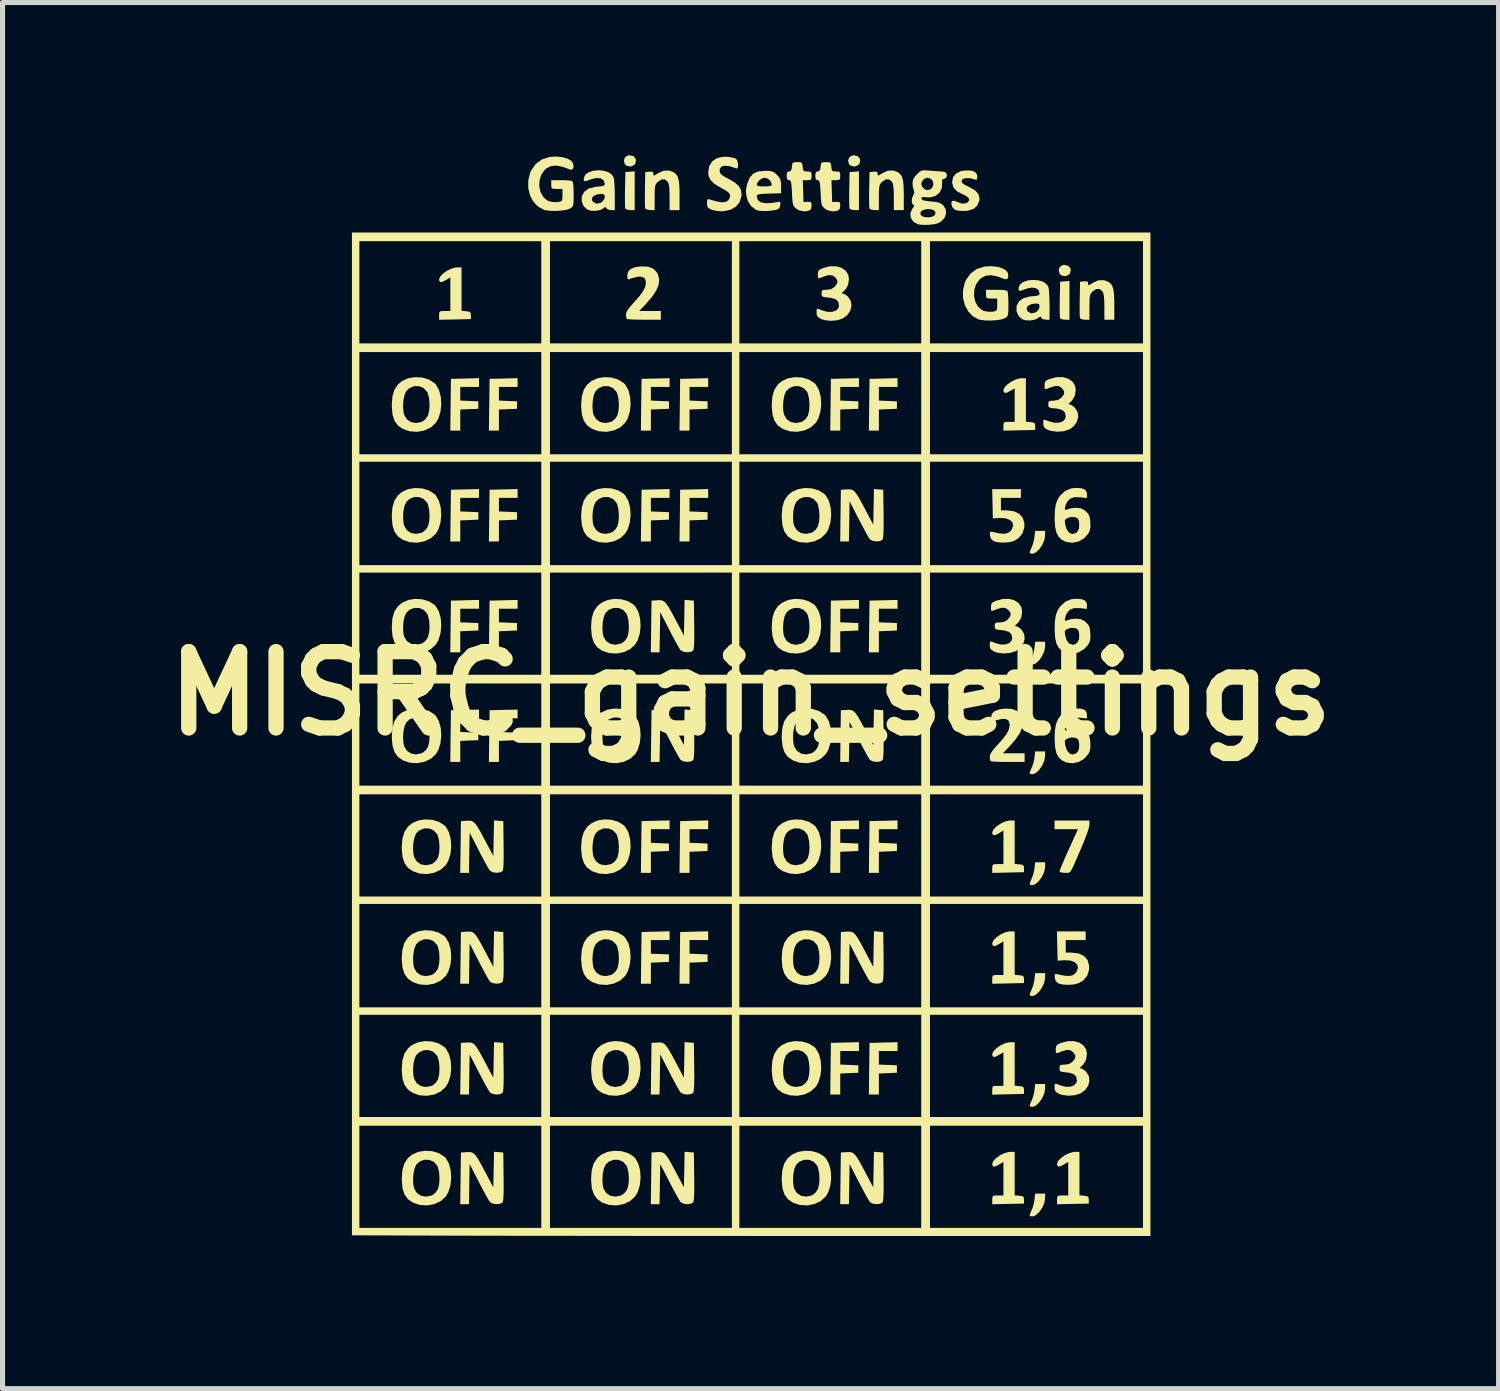
<source format=kicad_pcb>
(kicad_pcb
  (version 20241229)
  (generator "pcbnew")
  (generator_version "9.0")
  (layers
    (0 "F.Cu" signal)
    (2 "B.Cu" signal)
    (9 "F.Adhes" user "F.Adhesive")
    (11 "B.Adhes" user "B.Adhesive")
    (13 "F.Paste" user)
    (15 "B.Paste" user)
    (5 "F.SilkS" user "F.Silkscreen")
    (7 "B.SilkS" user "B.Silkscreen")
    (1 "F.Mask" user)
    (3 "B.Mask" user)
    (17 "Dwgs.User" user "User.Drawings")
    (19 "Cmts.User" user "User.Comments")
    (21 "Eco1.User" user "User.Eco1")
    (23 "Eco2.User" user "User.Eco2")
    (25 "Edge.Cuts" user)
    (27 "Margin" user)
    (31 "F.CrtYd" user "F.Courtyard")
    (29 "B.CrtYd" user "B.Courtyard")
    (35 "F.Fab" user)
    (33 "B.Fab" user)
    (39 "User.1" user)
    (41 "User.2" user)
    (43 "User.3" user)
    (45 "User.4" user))
  (footprint "MISRC_gain_settings"
    (layer "F.Cu")
    (at 11.693 10.571)
    (property "Reference" "MISRC_gain_settings" (at 0 0 0) (layer "F.SilkS") (effects (font (size 1.5 1.5) (thickness 0.3))))
    (attr board_only exclude_from_pos_files exclude_from_bom)
    (fp_poly (pts (xy -2.301 -10.554) (xy -2.259 -10.505) (xy -2.251 -10.461) (xy -2.271 -10.394) (xy -2.328 -10.357) (xy -2.378 -10.351) (xy -2.445 -10.371) (xy -2.473 -10.403) (xy -2.488 -10.472) (xy -2.465 -10.532) (xy -2.41 -10.567) (xy -2.379 -10.571)) (stroke (width 0) (type solid)) (fill yes) (layer "F.SilkS"))
    (fp_poly (pts (xy 2.103 -10.554) (xy 2.146 -10.505) (xy 2.153 -10.461) (xy 2.134 -10.394) (xy 2.077 -10.357) (xy 2.027 -10.351) (xy 1.959 -10.371) (xy 1.931 -10.403) (xy 1.916 -10.472) (xy 1.94 -10.532) (xy 1.994 -10.567) (xy 2.026 -10.571)) (stroke (width 0) (type solid)) (fill yes) (layer "F.SilkS"))
    (fp_poly (pts (xy 6.239 -8.401) (xy 6.282 -8.352) (xy 6.289 -8.308) (xy 6.269 -8.24) (xy 6.212 -8.204) (xy 6.162 -8.197) (xy 6.095 -8.217) (xy 6.067 -8.25) (xy 6.052 -8.319) (xy 6.075 -8.379) (xy 6.13 -8.414) (xy 6.161 -8.418)) (stroke (width 0) (type solid)) (fill yes) (layer "F.SilkS"))
    (fp_poly (pts (xy -2.276 -9.875) (xy -2.276 -9.494) (xy -2.362 -9.494) (xy -2.424 -9.503) (xy -2.459 -9.523) (xy -2.461 -9.526) (xy -2.465 -9.561) (xy -2.467 -9.635) (xy -2.468 -9.738) (xy -2.467 -9.861) (xy -2.466 -9.899) (xy -2.459 -10.241) (xy -2.367 -10.248) (xy -2.276 -10.256)) (stroke (width 0) (type solid)) (fill yes) (layer "F.SilkS"))
    (fp_poly (pts (xy 2.129 -9.875) (xy 2.129 -9.494) (xy 2.042 -9.494) (xy 1.981 -9.503) (xy 1.945 -9.523) (xy 1.944 -9.526) (xy 1.94 -9.561) (xy 1.938 -9.635) (xy 1.937 -9.738) (xy 1.938 -9.861) (xy 1.939 -9.899) (xy 1.945 -10.241) (xy 2.037 -10.248) (xy 2.129 -10.256)) (stroke (width 0) (type solid)) (fill yes) (layer "F.SilkS"))
    (fp_poly (pts (xy 6.264 -7.722) (xy 6.264 -7.341) (xy 6.178 -7.341) (xy 6.116 -7.349) (xy 6.081 -7.37) (xy 6.079 -7.373) (xy 6.075 -7.408) (xy 6.073 -7.482) (xy 6.072 -7.585) (xy 6.073 -7.708) (xy 6.074 -7.746) (xy 6.081 -8.087) (xy 6.173 -8.095) (xy 6.264 -8.103)) (stroke (width 0) (type solid)) (fill yes) (layer "F.SilkS"))
    (fp_poly (pts (xy 5.785 -3.092) (xy 5.768 -3.004) (xy 5.726 -2.911) (xy 5.668 -2.829) (xy 5.603 -2.769) (xy 5.547 -2.745) (xy 5.499 -2.748) (xy 5.481 -2.765) (xy 5.492 -2.803) (xy 5.518 -2.862) (xy 5.521 -2.869) (xy 5.549 -2.942) (xy 5.571 -3.033) (xy 5.576 -3.07) (xy 5.591 -3.193) (xy 5.689 -3.193) (xy 5.787 -3.193)) (stroke (width 0) (type solid)) (fill yes) (layer "F.SilkS"))
    (fp_poly (pts (xy 5.785 -0.914) (xy 5.768 -0.826) (xy 5.726 -0.734) (xy 5.668 -0.651) (xy 5.603 -0.591) (xy 5.547 -0.567) (xy 5.499 -0.57) (xy 5.481 -0.587) (xy 5.492 -0.626) (xy 5.518 -0.684) (xy 5.521 -0.692) (xy 5.549 -0.764) (xy 5.571 -0.855) (xy 5.576 -0.892) (xy 5.591 -1.016) (xy 5.689 -1.016) (xy 5.787 -1.016)) (stroke (width 0) (type solid)) (fill yes) (layer "F.SilkS"))
    (fp_poly (pts (xy 5.785 1.239) (xy 5.768 1.328) (xy 5.726 1.42) (xy 5.668 1.503) (xy 5.603 1.563) (xy 5.547 1.586) (xy 5.499 1.583) (xy 5.481 1.566) (xy 5.492 1.528) (xy 5.518 1.469) (xy 5.521 1.462) (xy 5.549 1.39) (xy 5.571 1.298) (xy 5.576 1.261) (xy 5.591 1.138) (xy 5.689 1.138) (xy 5.787 1.138)) (stroke (width 0) (type solid)) (fill yes) (layer "F.SilkS"))
    (fp_poly (pts (xy 5.785 3.417) (xy 5.768 3.505) (xy 5.726 3.598) (xy 5.668 3.68) (xy 5.603 3.74) (xy 5.547 3.764) (xy 5.499 3.761) (xy 5.481 3.744) (xy 5.492 3.706) (xy 5.518 3.647) (xy 5.521 3.64) (xy 5.549 3.567) (xy 5.571 3.476) (xy 5.576 3.439) (xy 5.591 3.316) (xy 5.689 3.316) (xy 5.787 3.316)) (stroke (width 0) (type solid)) (fill yes) (layer "F.SilkS"))
    (fp_poly (pts (xy 5.785 5.595) (xy 5.768 5.683) (xy 5.726 5.776) (xy 5.668 5.858) (xy 5.603 5.918) (xy 5.547 5.942) (xy 5.499 5.939) (xy 5.481 5.922) (xy 5.492 5.883) (xy 5.518 5.825) (xy 5.521 5.818) (xy 5.549 5.745) (xy 5.571 5.654) (xy 5.576 5.617) (xy 5.591 5.494) (xy 5.689 5.494) (xy 5.787 5.494)) (stroke (width 0) (type solid)) (fill yes) (layer "F.SilkS"))
    (fp_poly (pts (xy 5.785 7.773) (xy 5.768 7.861) (xy 5.726 7.953) (xy 5.668 8.036) (xy 5.603 8.096) (xy 5.547 8.12) (xy 5.499 8.117) (xy 5.481 8.1) (xy 5.492 8.061) (xy 5.518 8.003) (xy 5.521 7.995) (xy 5.549 7.923) (xy 5.571 7.832) (xy 5.576 7.795) (xy 5.591 7.671) (xy 5.689 7.671) (xy 5.787 7.671)) (stroke (width 0) (type solid)) (fill yes) (layer "F.SilkS"))
    (fp_poly (pts (xy 5.785 9.926) (xy 5.768 10.014) (xy 5.726 10.107) (xy 5.668 10.189) (xy 5.603 10.249) (xy 5.547 10.273) (xy 5.499 10.27) (xy 5.481 10.253) (xy 5.492 10.215) (xy 5.518 10.156) (xy 5.521 10.149) (xy 5.549 10.077) (xy 5.571 9.985) (xy 5.576 9.948) (xy 5.591 9.825) (xy 5.689 9.825) (xy 5.787 9.825)) (stroke (width 0) (type solid)) (fill yes) (layer "F.SilkS"))
    (fp_poly (pts (xy -5.334 -6.106) (xy -5.334 -6.02) (xy -5.518 -6.02) (xy -5.702 -6.02) (xy -5.702 -5.886) (xy -5.702 -5.753) (xy -5.524 -5.745) (xy -5.347 -5.738) (xy -5.347 -5.665) (xy -5.347 -5.591) (xy -5.524 -5.584) (xy -5.702 -5.577) (xy -5.702 -5.37) (xy -5.702 -5.163) (xy -5.8 -5.163) (xy -5.898 -5.163) (xy -5.892 -5.671) (xy -5.885 -6.179) (xy -5.61 -6.186) (xy -5.334 -6.193)) (stroke (width 0) (type solid)) (fill yes) (layer "F.SilkS"))
    (fp_poly (pts (xy -5.334 -3.928) (xy -5.334 -3.842) (xy -5.518 -3.842) (xy -5.702 -3.842) (xy -5.702 -3.708) (xy -5.702 -3.575) (xy -5.524 -3.568) (xy -5.347 -3.56) (xy -5.347 -3.487) (xy -5.347 -3.414) (xy -5.524 -3.406) (xy -5.702 -3.399) (xy -5.702 -3.192) (xy -5.702 -2.985) (xy -5.8 -2.985) (xy -5.898 -2.985) (xy -5.892 -3.493) (xy -5.885 -4.001) (xy -5.61 -4.008) (xy -5.334 -4.015)) (stroke (width 0) (type solid)) (fill yes) (layer "F.SilkS"))
    (fp_poly (pts (xy -5.334 -1.75) (xy -5.334 -1.664) (xy -5.518 -1.664) (xy -5.702 -1.664) (xy -5.702 -1.53) (xy -5.702 -1.397) (xy -5.524 -1.39) (xy -5.347 -1.383) (xy -5.347 -1.309) (xy -5.347 -1.236) (xy -5.524 -1.229) (xy -5.702 -1.221) (xy -5.702 -1.014) (xy -5.702 -0.808) (xy -5.8 -0.808) (xy -5.898 -0.808) (xy -5.892 -1.315) (xy -5.885 -1.823) (xy -5.61 -1.83) (xy -5.334 -1.837)) (stroke (width 0) (type solid)) (fill yes) (layer "F.SilkS"))
    (fp_poly (pts (xy -5.334 0.403) (xy -5.334 0.489) (xy -5.518 0.489) (xy -5.702 0.489) (xy -5.702 0.623) (xy -5.702 0.756) (xy -5.524 0.764) (xy -5.347 0.771) (xy -5.347 0.844) (xy -5.347 0.918) (xy -5.524 0.925) (xy -5.702 0.932) (xy -5.702 1.139) (xy -5.702 1.346) (xy -5.8 1.346) (xy -5.898 1.346) (xy -5.892 0.838) (xy -5.885 0.33) (xy -5.61 0.323) (xy -5.334 0.317)) (stroke (width 0) (type solid)) (fill yes) (layer "F.SilkS"))
    (fp_poly (pts (xy -4.576 -6.106) (xy -4.576 -6.02) (xy -4.759 -6.02) (xy -4.943 -6.02) (xy -4.943 -5.886) (xy -4.943 -5.753) (xy -4.766 -5.745) (xy -4.588 -5.738) (xy -4.588 -5.665) (xy -4.588 -5.591) (xy -4.766 -5.584) (xy -4.943 -5.577) (xy -4.943 -5.37) (xy -4.943 -5.163) (xy -5.041 -5.163) (xy -5.14 -5.163) (xy -5.133 -5.671) (xy -5.126 -6.179) (xy -4.851 -6.186) (xy -4.576 -6.193)) (stroke (width 0) (type solid)) (fill yes) (layer "F.SilkS"))
    (fp_poly (pts (xy -4.576 -3.928) (xy -4.576 -3.842) (xy -4.759 -3.842) (xy -4.943 -3.842) (xy -4.943 -3.708) (xy -4.943 -3.575) (xy -4.766 -3.568) (xy -4.588 -3.56) (xy -4.588 -3.487) (xy -4.588 -3.414) (xy -4.766 -3.406) (xy -4.943 -3.399) (xy -4.943 -3.192) (xy -4.943 -2.985) (xy -5.041 -2.985) (xy -5.14 -2.985) (xy -5.133 -3.493) (xy -5.126 -4.001) (xy -4.851 -4.008) (xy -4.576 -4.015)) (stroke (width 0) (type solid)) (fill yes) (layer "F.SilkS"))
    (fp_poly (pts (xy -4.576 -1.75) (xy -4.576 -1.664) (xy -4.759 -1.664) (xy -4.943 -1.664) (xy -4.943 -1.53) (xy -4.943 -1.397) (xy -4.766 -1.39) (xy -4.588 -1.383) (xy -4.588 -1.309) (xy -4.588 -1.236) (xy -4.766 -1.229) (xy -4.943 -1.221) (xy -4.943 -1.014) (xy -4.943 -0.808) (xy -5.041 -0.808) (xy -5.14 -0.808) (xy -5.133 -1.315) (xy -5.126 -1.823) (xy -4.851 -1.83) (xy -4.576 -1.837)) (stroke (width 0) (type solid)) (fill yes) (layer "F.SilkS"))
    (fp_poly (pts (xy -4.576 0.403) (xy -4.576 0.489) (xy -4.759 0.489) (xy -4.943 0.489) (xy -4.943 0.623) (xy -4.943 0.756) (xy -4.766 0.764) (xy -4.588 0.771) (xy -4.588 0.844) (xy -4.588 0.918) (xy -4.766 0.925) (xy -4.943 0.932) (xy -4.943 1.139) (xy -4.943 1.346) (xy -5.041 1.346) (xy -5.14 1.346) (xy -5.133 0.838) (xy -5.126 0.33) (xy -4.851 0.323) (xy -4.576 0.317)) (stroke (width 0) (type solid)) (fill yes) (layer "F.SilkS"))
    (fp_poly (pts (xy -1.591 -6.106) (xy -1.591 -6.02) (xy -1.774 -6.02) (xy -1.958 -6.02) (xy -1.958 -5.886) (xy -1.958 -5.753) (xy -1.78 -5.745) (xy -1.603 -5.738) (xy -1.603 -5.665) (xy -1.603 -5.591) (xy -1.78 -5.584) (xy -1.958 -5.577) (xy -1.958 -5.37) (xy -1.958 -5.163) (xy -2.056 -5.163) (xy -2.154 -5.163) (xy -2.148 -5.671) (xy -2.141 -6.179) (xy -1.866 -6.186) (xy -1.591 -6.193)) (stroke (width 0) (type solid)) (fill yes) (layer "F.SilkS"))
    (fp_poly (pts (xy -1.591 -3.928) (xy -1.591 -3.842) (xy -1.774 -3.842) (xy -1.958 -3.842) (xy -1.958 -3.708) (xy -1.958 -3.575) (xy -1.78 -3.568) (xy -1.603 -3.56) (xy -1.603 -3.487) (xy -1.603 -3.414) (xy -1.78 -3.406) (xy -1.958 -3.399) (xy -1.958 -3.192) (xy -1.958 -2.985) (xy -2.056 -2.985) (xy -2.154 -2.985) (xy -2.148 -3.493) (xy -2.141 -4.001) (xy -1.866 -4.008) (xy -1.591 -4.015)) (stroke (width 0) (type solid)) (fill yes) (layer "F.SilkS"))
    (fp_poly (pts (xy -1.591 2.581) (xy -1.591 2.667) (xy -1.774 2.667) (xy -1.958 2.667) (xy -1.958 2.801) (xy -1.958 2.934) (xy -1.78 2.941) (xy -1.603 2.949) (xy -1.603 3.022) (xy -1.603 3.095) (xy -1.78 3.103) (xy -1.958 3.11) (xy -1.958 3.317) (xy -1.958 3.524) (xy -2.056 3.524) (xy -2.154 3.524) (xy -2.148 3.016) (xy -2.141 2.508) (xy -1.866 2.501) (xy -1.591 2.494)) (stroke (width 0) (type solid)) (fill yes) (layer "F.SilkS"))
    (fp_poly (pts (xy -1.591 4.759) (xy -1.591 4.845) (xy -1.774 4.845) (xy -1.958 4.845) (xy -1.958 4.979) (xy -1.958 5.112) (xy -1.78 5.119) (xy -1.603 5.126) (xy -1.603 5.2) (xy -1.603 5.273) (xy -1.78 5.281) (xy -1.958 5.288) (xy -1.958 5.495) (xy -1.958 5.702) (xy -2.056 5.702) (xy -2.154 5.702) (xy -2.148 5.194) (xy -2.141 4.686) (xy -1.866 4.679) (xy -1.591 4.672)) (stroke (width 0) (type solid)) (fill yes) (layer "F.SilkS"))
    (fp_poly (pts (xy -0.832 -6.106) (xy -0.832 -6.02) (xy -1.016 -6.02) (xy -1.199 -6.02) (xy -1.199 -5.886) (xy -1.199 -5.753) (xy -1.022 -5.745) (xy -0.844 -5.738) (xy -0.844 -5.665) (xy -0.844 -5.591) (xy -1.022 -5.584) (xy -1.199 -5.577) (xy -1.199 -5.37) (xy -1.199 -5.163) (xy -1.297 -5.163) (xy -1.396 -5.163) (xy -1.389 -5.671) (xy -1.383 -6.179) (xy -1.107 -6.186) (xy -0.832 -6.193)) (stroke (width 0) (type solid)) (fill yes) (layer "F.SilkS"))
    (fp_poly (pts (xy -0.832 -3.928) (xy -0.832 -3.842) (xy -1.016 -3.842) (xy -1.199 -3.842) (xy -1.199 -3.708) (xy -1.199 -3.575) (xy -1.022 -3.568) (xy -0.844 -3.56) (xy -0.844 -3.487) (xy -0.844 -3.414) (xy -1.022 -3.406) (xy -1.199 -3.399) (xy -1.199 -3.192) (xy -1.199 -2.985) (xy -1.297 -2.985) (xy -1.396 -2.985) (xy -1.389 -3.493) (xy -1.383 -4.001) (xy -1.107 -4.008) (xy -0.832 -4.015)) (stroke (width 0) (type solid)) (fill yes) (layer "F.SilkS"))
    (fp_poly (pts (xy -0.832 2.581) (xy -0.832 2.667) (xy -1.016 2.667) (xy -1.199 2.667) (xy -1.199 2.801) (xy -1.199 2.934) (xy -1.022 2.941) (xy -0.844 2.949) (xy -0.844 3.022) (xy -0.844 3.095) (xy -1.022 3.103) (xy -1.199 3.11) (xy -1.199 3.317) (xy -1.199 3.524) (xy -1.297 3.524) (xy -1.396 3.524) (xy -1.389 3.016) (xy -1.383 2.508) (xy -1.107 2.501) (xy -0.832 2.494)) (stroke (width 0) (type solid)) (fill yes) (layer "F.SilkS"))
    (fp_poly (pts (xy -0.832 4.759) (xy -0.832 4.845) (xy -1.016 4.845) (xy -1.199 4.845) (xy -1.199 4.979) (xy -1.199 5.112) (xy -1.022 5.119) (xy -0.844 5.126) (xy -0.844 5.2) (xy -0.844 5.273) (xy -1.022 5.281) (xy -1.199 5.288) (xy -1.199 5.495) (xy -1.199 5.702) (xy -1.297 5.702) (xy -1.396 5.702) (xy -1.389 5.194) (xy -1.383 4.686) (xy -1.107 4.679) (xy -0.832 4.672)) (stroke (width 0) (type solid)) (fill yes) (layer "F.SilkS"))
    (fp_poly (pts (xy 2.129 -6.106) (xy 2.129 -6.02) (xy 1.945 -6.02) (xy 1.762 -6.02) (xy 1.762 -5.886) (xy 1.762 -5.753) (xy 1.939 -5.745) (xy 2.117 -5.738) (xy 2.117 -5.665) (xy 2.117 -5.591) (xy 1.939 -5.584) (xy 1.762 -5.577) (xy 1.762 -5.37) (xy 1.762 -5.163) (xy 1.663 -5.163) (xy 1.565 -5.163) (xy 1.572 -5.671) (xy 1.578 -6.179) (xy 1.854 -6.186) (xy 2.129 -6.193)) (stroke (width 0) (type solid)) (fill yes) (layer "F.SilkS"))
    (fp_poly (pts (xy 2.129 -1.75) (xy 2.129 -1.664) (xy 1.945 -1.664) (xy 1.762 -1.664) (xy 1.762 -1.53) (xy 1.762 -1.397) (xy 1.939 -1.39) (xy 2.117 -1.383) (xy 2.117 -1.309) (xy 2.117 -1.236) (xy 1.939 -1.229) (xy 1.762 -1.221) (xy 1.762 -1.014) (xy 1.762 -0.808) (xy 1.663 -0.808) (xy 1.565 -0.808) (xy 1.572 -1.315) (xy 1.578 -1.823) (xy 1.854 -1.83) (xy 2.129 -1.837)) (stroke (width 0) (type solid)) (fill yes) (layer "F.SilkS"))
    (fp_poly (pts (xy 2.129 2.581) (xy 2.129 2.667) (xy 1.945 2.667) (xy 1.762 2.667) (xy 1.762 2.801) (xy 1.762 2.934) (xy 1.939 2.941) (xy 2.117 2.949) (xy 2.117 3.022) (xy 2.117 3.095) (xy 1.939 3.103) (xy 1.762 3.11) (xy 1.762 3.317) (xy 1.762 3.524) (xy 1.663 3.524) (xy 1.565 3.524) (xy 1.572 3.016) (xy 1.578 2.508) (xy 1.854 2.501) (xy 2.129 2.494)) (stroke (width 0) (type solid)) (fill yes) (layer "F.SilkS"))
    (fp_poly (pts (xy 2.129 6.936) (xy 2.129 7.023) (xy 1.945 7.023) (xy 1.762 7.023) (xy 1.762 7.156) (xy 1.762 7.29) (xy 1.939 7.297) (xy 2.117 7.304) (xy 2.117 7.378) (xy 2.117 7.451) (xy 1.939 7.458) (xy 1.762 7.466) (xy 1.762 7.672) (xy 1.762 7.879) (xy 1.663 7.879) (xy 1.565 7.879) (xy 1.572 7.372) (xy 1.578 6.864) (xy 1.854 6.857) (xy 2.129 6.85)) (stroke (width 0) (type solid)) (fill yes) (layer "F.SilkS"))
    (fp_poly (pts (xy 2.887 -6.106) (xy 2.887 -6.02) (xy 2.704 -6.02) (xy 2.52 -6.02) (xy 2.52 -5.886) (xy 2.52 -5.753) (xy 2.698 -5.745) (xy 2.875 -5.738) (xy 2.875 -5.665) (xy 2.875 -5.591) (xy 2.698 -5.584) (xy 2.52 -5.577) (xy 2.52 -5.37) (xy 2.52 -5.163) (xy 2.422 -5.163) (xy 2.324 -5.163) (xy 2.33 -5.671) (xy 2.337 -6.179) (xy 2.612 -6.186) (xy 2.887 -6.193)) (stroke (width 0) (type solid)) (fill yes) (layer "F.SilkS"))
    (fp_poly (pts (xy 2.887 -1.75) (xy 2.887 -1.664) (xy 2.704 -1.664) (xy 2.52 -1.664) (xy 2.52 -1.53) (xy 2.52 -1.397) (xy 2.698 -1.39) (xy 2.875 -1.383) (xy 2.875 -1.309) (xy 2.875 -1.236) (xy 2.698 -1.229) (xy 2.52 -1.221) (xy 2.52 -1.014) (xy 2.52 -0.808) (xy 2.422 -0.808) (xy 2.324 -0.808) (xy 2.33 -1.315) (xy 2.337 -1.823) (xy 2.612 -1.83) (xy 2.887 -1.837)) (stroke (width 0) (type solid)) (fill yes) (layer "F.SilkS"))
    (fp_poly (pts (xy 2.887 2.581) (xy 2.887 2.667) (xy 2.704 2.667) (xy 2.52 2.667) (xy 2.52 2.801) (xy 2.52 2.934) (xy 2.698 2.941) (xy 2.875 2.949) (xy 2.875 3.022) (xy 2.875 3.095) (xy 2.698 3.103) (xy 2.52 3.11) (xy 2.52 3.317) (xy 2.52 3.524) (xy 2.422 3.524) (xy 2.324 3.524) (xy 2.33 3.016) (xy 2.337 2.508) (xy 2.612 2.501) (xy 2.887 2.494)) (stroke (width 0) (type solid)) (fill yes) (layer "F.SilkS"))
    (fp_poly (pts (xy 2.887 6.936) (xy 2.887 7.023) (xy 2.704 7.023) (xy 2.52 7.023) (xy 2.52 7.156) (xy 2.52 7.29) (xy 2.698 7.297) (xy 2.875 7.304) (xy 2.875 7.378) (xy 2.875 7.451) (xy 2.698 7.458) (xy 2.52 7.466) (xy 2.52 7.672) (xy 2.52 7.879) (xy 2.422 7.879) (xy 2.324 7.879) (xy 2.33 7.372) (xy 2.337 6.864) (xy 2.612 6.857) (xy 2.887 6.85)) (stroke (width 0) (type solid)) (fill yes) (layer "F.SilkS"))
    (fp_poly (pts (xy -5.677 -7.942) (xy -5.677 -7.515) (xy -5.585 -7.508) (xy -5.525 -7.499) (xy -5.499 -7.477) (xy -5.494 -7.43) (xy -5.494 -7.427) (xy -5.494 -7.353) (xy -5.806 -7.346) (xy -6.118 -7.34) (xy -6.118 -7.426) (xy -6.115 -7.479) (xy -6.099 -7.504) (xy -6.057 -7.512) (xy -6.007 -7.512) (xy -5.897 -7.512) (xy -5.897 -7.842) (xy -5.897 -8.172) (xy -5.977 -8.124) (xy -6.052 -8.085) (xy -6.096 -8.08) (xy -6.116 -8.111) (xy -6.118 -8.136) (xy -6.096 -8.189) (xy -6.04 -8.248) (xy -5.962 -8.303) (xy -5.875 -8.345) (xy -5.792 -8.367) (xy -5.769 -8.369) (xy -5.677 -8.369)) (stroke (width 0) (type solid)) (fill yes) (layer "F.SilkS"))
    (fp_poly (pts (xy 5.188 2.923) (xy 5.188 3.349) (xy 5.279 3.357) (xy 5.34 3.366) (xy 5.366 3.388) (xy 5.371 3.434) (xy 5.371 3.438) (xy 5.371 3.511) (xy 5.059 3.518) (xy 4.747 3.525) (xy 4.747 3.439) (xy 4.75 3.386) (xy 4.765 3.361) (xy 4.808 3.353) (xy 4.857 3.352) (xy 4.967 3.352) (xy 4.967 3.022) (xy 4.967 2.692) (xy 4.888 2.741) (xy 4.813 2.78) (xy 4.769 2.784) (xy 4.749 2.754) (xy 4.747 2.729) (xy 4.769 2.675) (xy 4.825 2.617) (xy 4.902 2.562) (xy 4.989 2.519) (xy 5.073 2.497) (xy 5.096 2.496) (xy 5.188 2.496)) (stroke (width 0) (type solid)) (fill yes) (layer "F.SilkS"))
    (fp_poly (pts (xy 5.188 5.101) (xy 5.188 5.527) (xy 5.279 5.535) (xy 5.34 5.544) (xy 5.366 5.565) (xy 5.371 5.612) (xy 5.371 5.616) (xy 5.371 5.689) (xy 5.059 5.696) (xy 4.747 5.703) (xy 4.747 5.617) (xy 4.75 5.564) (xy 4.765 5.538) (xy 4.808 5.531) (xy 4.857 5.53) (xy 4.967 5.53) (xy 4.967 5.2) (xy 4.967 4.87) (xy 4.888 4.919) (xy 4.813 4.958) (xy 4.769 4.962) (xy 4.749 4.932) (xy 4.747 4.907) (xy 4.769 4.853) (xy 4.825 4.795) (xy 4.902 4.74) (xy 4.989 4.697) (xy 5.073 4.675) (xy 5.096 4.674) (xy 5.188 4.674)) (stroke (width 0) (type solid)) (fill yes) (layer "F.SilkS"))
    (fp_poly (pts (xy 5.188 7.278) (xy 5.188 7.705) (xy 5.279 7.713) (xy 5.34 7.722) (xy 5.366 7.743) (xy 5.371 7.79) (xy 5.371 7.794) (xy 5.371 7.867) (xy 5.059 7.874) (xy 4.747 7.881) (xy 4.747 7.794) (xy 4.75 7.741) (xy 4.765 7.716) (xy 4.808 7.709) (xy 4.857 7.708) (xy 4.967 7.708) (xy 4.967 7.378) (xy 4.967 7.048) (xy 4.888 7.097) (xy 4.813 7.135) (xy 4.769 7.14) (xy 4.749 7.11) (xy 4.747 7.085) (xy 4.769 7.031) (xy 4.825 6.973) (xy 4.902 6.918) (xy 4.989 6.875) (xy 5.073 6.853) (xy 5.096 6.852) (xy 5.188 6.852)) (stroke (width 0) (type solid)) (fill yes) (layer "F.SilkS"))
    (fp_poly (pts (xy 5.188 9.432) (xy 5.188 9.859) (xy 5.279 9.866) (xy 5.34 9.875) (xy 5.366 9.897) (xy 5.371 9.944) (xy 5.371 9.947) (xy 5.371 10.021) (xy 5.059 10.027) (xy 4.747 10.034) (xy 4.747 9.948) (xy 4.75 9.895) (xy 4.765 9.87) (xy 4.808 9.862) (xy 4.857 9.861) (xy 4.967 9.861) (xy 4.967 9.531) (xy 4.967 9.201) (xy 4.888 9.25) (xy 4.813 9.289) (xy 4.769 9.293) (xy 4.749 9.263) (xy 4.747 9.238) (xy 4.769 9.184) (xy 4.825 9.126) (xy 4.902 9.071) (xy 4.989 9.028) (xy 5.073 9.006) (xy 5.096 9.005) (xy 5.188 9.005)) (stroke (width 0) (type solid)) (fill yes) (layer "F.SilkS"))
    (fp_poly (pts (xy 5.408 -5.764) (xy 5.408 -5.337) (xy 5.5 -5.33) (xy 5.56 -5.321) (xy 5.586 -5.299) (xy 5.591 -5.252) (xy 5.591 -5.249) (xy 5.591 -5.175) (xy 5.279 -5.169) (xy 4.967 -5.162) (xy 4.967 -5.248) (xy 4.97 -5.301) (xy 4.986 -5.326) (xy 5.028 -5.334) (xy 5.078 -5.334) (xy 5.188 -5.334) (xy 5.188 -5.664) (xy 5.188 -5.994) (xy 5.108 -5.946) (xy 5.033 -5.907) (xy 4.989 -5.903) (xy 4.969 -5.933) (xy 4.967 -5.958) (xy 4.989 -6.012) (xy 5.045 -6.07) (xy 5.123 -6.125) (xy 5.21 -6.167) (xy 5.293 -6.19) (xy 5.316 -6.191) (xy 5.408 -6.191)) (stroke (width 0) (type solid)) (fill yes) (layer "F.SilkS"))
    (fp_poly (pts (xy 6.46 9.432) (xy 6.46 9.859) (xy 6.552 9.866) (xy 6.612 9.875) (xy 6.638 9.897) (xy 6.644 9.944) (xy 6.644 9.947) (xy 6.644 10.021) (xy 6.332 10.027) (xy 6.02 10.034) (xy 6.02 9.948) (xy 6.022 9.895) (xy 6.038 9.87) (xy 6.08 9.862) (xy 6.13 9.861) (xy 6.24 9.861) (xy 6.24 9.531) (xy 6.24 9.201) (xy 6.16 9.25) (xy 6.086 9.289) (xy 6.041 9.293) (xy 6.022 9.263) (xy 6.02 9.238) (xy 6.041 9.184) (xy 6.097 9.126) (xy 6.175 9.071) (xy 6.262 9.028) (xy 6.346 9.006) (xy 6.368 9.005) (xy 6.46 9.005)) (stroke (width 0) (type solid)) (fill yes) (layer "F.SilkS"))
    (fp_poly (pts (xy 6.656 2.579) (xy 6.646 2.634) (xy 6.618 2.723) (xy 6.576 2.84) (xy 6.521 2.976) (xy 6.5 3.026) (xy 6.43 3.188) (xy 6.377 3.311) (xy 6.338 3.399) (xy 6.307 3.46) (xy 6.283 3.497) (xy 6.26 3.517) (xy 6.237 3.524) (xy 6.209 3.525) (xy 6.175 3.524) (xy 6.1 3.517) (xy 6.069 3.498) (xy 6.069 3.493) (xy 6.079 3.462) (xy 6.106 3.394) (xy 6.147 3.297) (xy 6.198 3.179) (xy 6.25 3.065) (xy 6.431 2.667) (xy 6.201 2.667) (xy 5.971 2.667) (xy 5.971 2.582) (xy 5.971 2.496) (xy 6.313 2.496) (xy 6.656 2.496)) (stroke (width 0) (type solid)) (fill yes) (layer "F.SilkS"))
    (fp_poly (pts (xy -4.948 2.501) (xy -4.857 2.508) (xy -4.851 2.982) (xy -4.849 3.172) (xy -4.851 3.315) (xy -4.856 3.415) (xy -4.865 3.473) (xy -4.872 3.49) (xy -4.921 3.516) (xy -4.992 3.523) (xy -5.065 3.512) (xy -5.118 3.482) (xy -5.119 3.481) (xy -5.143 3.445) (xy -5.184 3.374) (xy -5.237 3.276) (xy -5.299 3.161) (xy -5.337 3.086) (xy -5.518 2.734) (xy -5.525 3.129) (xy -5.531 3.524) (xy -5.617 3.524) (xy -5.703 3.524) (xy -5.696 3.016) (xy -5.689 2.508) (xy -5.575 2.501) (xy -5.521 2.499) (xy -5.477 2.506) (xy -5.438 2.528) (xy -5.398 2.569) (xy -5.353 2.636) (xy -5.296 2.735) (xy -5.224 2.871) (xy -5.212 2.892) (xy -5.053 3.193) (xy -5.046 2.843) (xy -5.039 2.493)) (stroke (width 0) (type solid)) (fill yes) (layer "F.SilkS"))
    (fp_poly (pts (xy -4.948 4.678) (xy -4.857 4.686) (xy -4.851 5.16) (xy -4.849 5.35) (xy -4.851 5.493) (xy -4.856 5.593) (xy -4.865 5.651) (xy -4.872 5.668) (xy -4.921 5.694) (xy -4.992 5.701) (xy -5.065 5.69) (xy -5.118 5.66) (xy -5.119 5.659) (xy -5.143 5.623) (xy -5.184 5.552) (xy -5.237 5.454) (xy -5.299 5.338) (xy -5.337 5.264) (xy -5.518 4.912) (xy -5.525 5.307) (xy -5.531 5.702) (xy -5.617 5.702) (xy -5.703 5.702) (xy -5.696 5.194) (xy -5.689 4.686) (xy -5.575 4.679) (xy -5.521 4.677) (xy -5.477 4.684) (xy -5.438 4.706) (xy -5.398 4.747) (xy -5.353 4.814) (xy -5.296 4.913) (xy -5.224 5.048) (xy -5.212 5.07) (xy -5.053 5.371) (xy -5.046 5.021) (xy -5.039 4.671)) (stroke (width 0) (type solid)) (fill yes) (layer "F.SilkS"))
    (fp_poly (pts (xy -4.948 6.856) (xy -4.857 6.864) (xy -4.851 7.338) (xy -4.849 7.528) (xy -4.851 7.671) (xy -4.856 7.771) (xy -4.865 7.829) (xy -4.872 7.846) (xy -4.921 7.872) (xy -4.992 7.879) (xy -5.065 7.867) (xy -5.118 7.838) (xy -5.119 7.837) (xy -5.143 7.801) (xy -5.184 7.73) (xy -5.237 7.632) (xy -5.299 7.516) (xy -5.337 7.442) (xy -5.518 7.09) (xy -5.525 7.485) (xy -5.531 7.879) (xy -5.617 7.879) (xy -5.703 7.879) (xy -5.696 7.372) (xy -5.689 6.864) (xy -5.575 6.857) (xy -5.521 6.855) (xy -5.477 6.862) (xy -5.438 6.883) (xy -5.398 6.925) (xy -5.353 6.992) (xy -5.296 7.091) (xy -5.224 7.226) (xy -5.212 7.248) (xy -5.053 7.549) (xy -5.046 7.199) (xy -5.039 6.849)) (stroke (width 0) (type solid)) (fill yes) (layer "F.SilkS"))
    (fp_poly (pts (xy -4.948 9.01) (xy -4.857 9.017) (xy -4.851 9.491) (xy -4.849 9.681) (xy -4.851 9.824) (xy -4.856 9.924) (xy -4.865 9.982) (xy -4.872 9.999) (xy -4.921 10.025) (xy -4.992 10.032) (xy -5.065 10.021) (xy -5.118 9.991) (xy -5.119 9.99) (xy -5.143 9.954) (xy -5.184 9.883) (xy -5.237 9.785) (xy -5.299 9.67) (xy -5.337 9.595) (xy -5.518 9.244) (xy -5.525 9.638) (xy -5.531 10.033) (xy -5.617 10.033) (xy -5.703 10.033) (xy -5.696 9.525) (xy -5.689 9.017) (xy -5.575 9.01) (xy -5.521 9.008) (xy -5.477 9.015) (xy -5.438 9.037) (xy -5.398 9.078) (xy -5.353 9.145) (xy -5.296 9.244) (xy -5.224 9.38) (xy -5.212 9.401) (xy -5.053 9.702) (xy -5.046 9.352) (xy -5.039 9.002)) (stroke (width 0) (type solid)) (fill yes) (layer "F.SilkS"))
    (fp_poly (pts (xy -1.204 -1.831) (xy -1.113 -1.823) (xy -1.107 -1.349) (xy -1.105 -1.159) (xy -1.107 -1.016) (xy -1.112 -0.916) (xy -1.121 -0.858) (xy -1.128 -0.841) (xy -1.177 -0.815) (xy -1.249 -0.808) (xy -1.322 -0.82) (xy -1.374 -0.849) (xy -1.376 -0.85) (xy -1.399 -0.886) (xy -1.44 -0.957) (xy -1.494 -1.055) (xy -1.555 -1.171) (xy -1.593 -1.245) (xy -1.774 -1.597) (xy -1.781 -1.202) (xy -1.788 -0.808) (xy -1.873 -0.808) (xy -1.959 -0.808) (xy -1.952 -1.315) (xy -1.945 -1.823) (xy -1.831 -1.83) (xy -1.777 -1.832) (xy -1.733 -1.825) (xy -1.694 -1.803) (xy -1.654 -1.762) (xy -1.609 -1.695) (xy -1.552 -1.596) (xy -1.48 -1.461) (xy -1.468 -1.439) (xy -1.309 -1.138) (xy -1.302 -1.488) (xy -1.296 -1.838)) (stroke (width 0) (type solid)) (fill yes) (layer "F.SilkS"))
    (fp_poly (pts (xy -1.204 0.323) (xy -1.113 0.33) (xy -1.107 0.804) (xy -1.105 0.994) (xy -1.107 1.138) (xy -1.112 1.237) (xy -1.121 1.296) (xy -1.128 1.312) (xy -1.177 1.338) (xy -1.249 1.345) (xy -1.322 1.334) (xy -1.374 1.305) (xy -1.376 1.303) (xy -1.399 1.267) (xy -1.44 1.196) (xy -1.494 1.099) (xy -1.555 0.983) (xy -1.593 0.908) (xy -1.774 0.557) (xy -1.781 0.951) (xy -1.788 1.346) (xy -1.873 1.346) (xy -1.959 1.346) (xy -1.952 0.838) (xy -1.945 0.33) (xy -1.831 0.323) (xy -1.777 0.321) (xy -1.733 0.329) (xy -1.694 0.35) (xy -1.654 0.391) (xy -1.609 0.459) (xy -1.552 0.557) (xy -1.48 0.693) (xy -1.468 0.714) (xy -1.309 1.016) (xy -1.302 0.665) (xy -1.296 0.315)) (stroke (width 0) (type solid)) (fill yes) (layer "F.SilkS"))
    (fp_poly (pts (xy -1.204 6.856) (xy -1.113 6.864) (xy -1.107 7.338) (xy -1.105 7.528) (xy -1.107 7.671) (xy -1.112 7.771) (xy -1.121 7.829) (xy -1.128 7.846) (xy -1.177 7.872) (xy -1.249 7.879) (xy -1.322 7.867) (xy -1.374 7.838) (xy -1.376 7.837) (xy -1.399 7.801) (xy -1.44 7.73) (xy -1.494 7.632) (xy -1.555 7.516) (xy -1.593 7.442) (xy -1.774 7.09) (xy -1.781 7.485) (xy -1.788 7.879) (xy -1.873 7.879) (xy -1.959 7.879) (xy -1.952 7.372) (xy -1.945 6.864) (xy -1.831 6.857) (xy -1.777 6.855) (xy -1.733 6.862) (xy -1.694 6.883) (xy -1.654 6.925) (xy -1.609 6.992) (xy -1.552 7.091) (xy -1.48 7.226) (xy -1.468 7.248) (xy -1.309 7.549) (xy -1.302 7.199) (xy -1.296 6.849)) (stroke (width 0) (type solid)) (fill yes) (layer "F.SilkS"))
    (fp_poly (pts (xy -1.204 9.01) (xy -1.113 9.017) (xy -1.107 9.491) (xy -1.105 9.681) (xy -1.107 9.824) (xy -1.112 9.924) (xy -1.121 9.982) (xy -1.128 9.999) (xy -1.177 10.025) (xy -1.249 10.032) (xy -1.322 10.021) (xy -1.374 9.991) (xy -1.376 9.99) (xy -1.399 9.954) (xy -1.44 9.883) (xy -1.494 9.785) (xy -1.555 9.67) (xy -1.593 9.595) (xy -1.774 9.244) (xy -1.781 9.638) (xy -1.788 10.033) (xy -1.873 10.033) (xy -1.959 10.033) (xy -1.952 9.525) (xy -1.945 9.017) (xy -1.831 9.01) (xy -1.777 9.008) (xy -1.733 9.015) (xy -1.694 9.037) (xy -1.654 9.078) (xy -1.609 9.145) (xy -1.552 9.244) (xy -1.48 9.38) (xy -1.468 9.401) (xy -1.309 9.702) (xy -1.302 9.352) (xy -1.296 9.002)) (stroke (width 0) (type solid)) (fill yes) (layer "F.SilkS"))
    (fp_poly (pts (xy 2.515 -4.008) (xy 2.606 -4.001) (xy 2.613 -3.527) (xy 2.614 -3.337) (xy 2.612 -3.194) (xy 2.607 -3.094) (xy 2.598 -3.036) (xy 2.591 -3.019) (xy 2.543 -2.993) (xy 2.471 -2.986) (xy 2.398 -2.997) (xy 2.345 -3.027) (xy 2.344 -3.028) (xy 2.32 -3.064) (xy 2.279 -3.135) (xy 2.226 -3.233) (xy 2.165 -3.348) (xy 2.126 -3.423) (xy 1.945 -3.775) (xy 1.939 -3.38) (xy 1.932 -2.985) (xy 1.846 -2.985) (xy 1.761 -2.985) (xy 1.767 -3.493) (xy 1.774 -4.001) (xy 1.888 -4.008) (xy 1.942 -4.01) (xy 1.987 -4.003) (xy 2.026 -3.981) (xy 2.065 -3.94) (xy 2.111 -3.873) (xy 2.167 -3.774) (xy 2.24 -3.638) (xy 2.251 -3.617) (xy 2.41 -3.316) (xy 2.417 -3.666) (xy 2.424 -4.016)) (stroke (width 0) (type solid)) (fill yes) (layer "F.SilkS"))
    (fp_poly (pts (xy 2.515 0.323) (xy 2.606 0.33) (xy 2.613 0.804) (xy 2.614 0.994) (xy 2.612 1.138) (xy 2.607 1.237) (xy 2.598 1.296) (xy 2.591 1.312) (xy 2.543 1.338) (xy 2.471 1.345) (xy 2.398 1.334) (xy 2.345 1.305) (xy 2.344 1.303) (xy 2.32 1.267) (xy 2.279 1.196) (xy 2.226 1.099) (xy 2.165 0.983) (xy 2.126 0.908) (xy 1.945 0.557) (xy 1.939 0.951) (xy 1.932 1.346) (xy 1.846 1.346) (xy 1.761 1.346) (xy 1.767 0.838) (xy 1.774 0.33) (xy 1.888 0.323) (xy 1.942 0.321) (xy 1.987 0.329) (xy 2.026 0.35) (xy 2.065 0.391) (xy 2.111 0.459) (xy 2.167 0.557) (xy 2.24 0.693) (xy 2.251 0.714) (xy 2.41 1.016) (xy 2.417 0.665) (xy 2.424 0.315)) (stroke (width 0) (type solid)) (fill yes) (layer "F.SilkS"))
    (fp_poly (pts (xy 2.515 4.678) (xy 2.606 4.686) (xy 2.613 5.16) (xy 2.614 5.35) (xy 2.612 5.493) (xy 2.607 5.593) (xy 2.598 5.651) (xy 2.591 5.668) (xy 2.543 5.694) (xy 2.471 5.701) (xy 2.398 5.69) (xy 2.345 5.66) (xy 2.344 5.659) (xy 2.32 5.623) (xy 2.279 5.552) (xy 2.226 5.454) (xy 2.165 5.338) (xy 2.126 5.264) (xy 1.945 4.912) (xy 1.939 5.307) (xy 1.932 5.702) (xy 1.846 5.702) (xy 1.761 5.702) (xy 1.767 5.194) (xy 1.774 4.686) (xy 1.888 4.679) (xy 1.942 4.677) (xy 1.987 4.684) (xy 2.026 4.706) (xy 2.065 4.747) (xy 2.111 4.814) (xy 2.167 4.913) (xy 2.24 5.048) (xy 2.251 5.07) (xy 2.41 5.371) (xy 2.417 5.021) (xy 2.424 4.671)) (stroke (width 0) (type solid)) (fill yes) (layer "F.SilkS"))
    (fp_poly (pts (xy 2.515 9.01) (xy 2.606 9.017) (xy 2.613 9.491) (xy 2.614 9.681) (xy 2.612 9.824) (xy 2.607 9.924) (xy 2.598 9.982) (xy 2.591 9.999) (xy 2.543 10.025) (xy 2.471 10.032) (xy 2.398 10.021) (xy 2.345 9.991) (xy 2.344 9.99) (xy 2.32 9.954) (xy 2.279 9.883) (xy 2.226 9.785) (xy 2.165 9.67) (xy 2.126 9.595) (xy 1.945 9.244) (xy 1.939 9.638) (xy 1.932 10.033) (xy 1.846 10.033) (xy 1.761 10.033) (xy 1.767 9.525) (xy 1.774 9.017) (xy 1.888 9.01) (xy 1.942 9.008) (xy 1.987 9.015) (xy 2.026 9.037) (xy 2.065 9.078) (xy 2.111 9.145) (xy 2.167 9.244) (xy 2.24 9.38) (xy 2.251 9.401) (xy 2.41 9.702) (xy 2.417 9.352) (xy 2.424 9.002)) (stroke (width 0) (type solid)) (fill yes) (layer "F.SilkS"))
    (fp_poly (pts (xy 5.31 -3.927) (xy 5.31 -3.842) (xy 5.114 -3.842) (xy 4.918 -3.842) (xy 4.918 -3.719) (xy 4.918 -3.597) (xy 5.029 -3.597) (xy 5.169 -3.58) (xy 5.276 -3.53) (xy 5.346 -3.45) (xy 5.378 -3.343) (xy 5.377 -3.261) (xy 5.341 -3.143) (xy 5.263 -3.05) (xy 5.17 -2.994) (xy 5.083 -2.971) (xy 4.976 -2.963) (xy 4.869 -2.968) (xy 4.784 -2.987) (xy 4.772 -2.992) (xy 4.721 -3.038) (xy 4.703 -3.105) (xy 4.7 -3.16) (xy 4.715 -3.178) (xy 4.758 -3.171) (xy 4.761 -3.171) (xy 4.893 -3.143) (xy 4.99 -3.137) (xy 5.06 -3.153) (xy 5.111 -3.194) (xy 5.129 -3.218) (xy 5.158 -3.295) (xy 5.144 -3.36) (xy 5.091 -3.41) (xy 5.004 -3.441) (xy 4.887 -3.447) (xy 4.878 -3.446) (xy 4.759 -3.438) (xy 4.753 -3.726) (xy 4.746 -4.013) (xy 5.028 -4.013) (xy 5.31 -4.013)) (stroke (width 0) (type solid)) (fill yes) (layer "F.SilkS"))
    (fp_poly (pts (xy 6.582 4.759) (xy 6.582 4.845) (xy 6.387 4.845) (xy 6.191 4.845) (xy 6.191 4.967) (xy 6.191 5.09) (xy 6.302 5.09) (xy 6.442 5.107) (xy 6.548 5.157) (xy 6.619 5.236) (xy 6.65 5.344) (xy 6.649 5.426) (xy 6.613 5.544) (xy 6.536 5.637) (xy 6.443 5.692) (xy 6.355 5.715) (xy 6.248 5.724) (xy 6.142 5.719) (xy 6.057 5.7) (xy 6.044 5.695) (xy 5.994 5.649) (xy 5.975 5.582) (xy 5.973 5.527) (xy 5.988 5.509) (xy 6.03 5.515) (xy 6.033 5.516) (xy 6.165 5.544) (xy 6.262 5.55) (xy 6.332 5.534) (xy 6.383 5.493) (xy 6.401 5.469) (xy 6.431 5.392) (xy 6.417 5.327) (xy 6.363 5.277) (xy 6.276 5.246) (xy 6.159 5.24) (xy 6.15 5.241) (xy 6.032 5.249) (xy 6.025 4.961) (xy 6.018 4.674) (xy 6.3 4.674) (xy 6.582 4.674)) (stroke (width 0) (type solid)) (fill yes) (layer "F.SilkS"))
    (fp_poly (pts (xy -2.016 -8.383) (xy -1.912 -8.344) (xy -1.841 -8.271) (xy -1.819 -8.229) (xy -1.795 -8.13) (xy -1.806 -8.026) (xy -1.853 -7.913) (xy -1.94 -7.785) (xy -2.066 -7.639) (xy -2.088 -7.616) (xy -2.188 -7.512) (xy -1.975 -7.512) (xy -1.762 -7.512) (xy -1.762 -7.427) (xy -1.762 -7.341) (xy -2.088 -7.341) (xy -2.21 -7.342) (xy -2.313 -7.345) (xy -2.389 -7.35) (xy -2.428 -7.356) (xy -2.431 -7.357) (xy -2.443 -7.392) (xy -2.447 -7.444) (xy -2.437 -7.492) (xy -2.402 -7.55) (xy -2.339 -7.628) (xy -2.29 -7.681) (xy -2.186 -7.799) (xy -2.115 -7.895) (xy -2.073 -7.976) (xy -2.056 -8.051) (xy -2.055 -8.074) (xy -2.073 -8.146) (xy -2.125 -8.184) (xy -2.211 -8.187) (xy -2.332 -8.156) (xy -2.392 -8.133) (xy -2.414 -8.141) (xy -2.422 -8.194) (xy -2.423 -8.207) (xy -2.405 -8.285) (xy -2.351 -8.341) (xy -2.256 -8.375) (xy -2.154 -8.388)) (stroke (width 0) (type solid)) (fill yes) (layer "F.SilkS"))
    (fp_poly (pts (xy 5.129 0.304) (xy 5.233 0.343) (xy 5.305 0.416) (xy 5.326 0.457) (xy 5.35 0.557) (xy 5.339 0.661) (xy 5.292 0.774) (xy 5.206 0.902) (xy 5.079 1.048) (xy 5.057 1.071) (xy 4.957 1.175) (xy 5.17 1.175) (xy 5.383 1.175) (xy 5.383 1.26) (xy 5.383 1.346) (xy 5.057 1.346) (xy 4.935 1.345) (xy 4.832 1.342) (xy 4.756 1.337) (xy 4.717 1.331) (xy 4.715 1.33) (xy 4.703 1.295) (xy 4.698 1.243) (xy 4.709 1.195) (xy 4.743 1.137) (xy 4.806 1.059) (xy 4.855 1.006) (xy 4.96 0.888) (xy 5.031 0.792) (xy 5.072 0.711) (xy 5.089 0.636) (xy 5.09 0.612) (xy 5.072 0.541) (xy 5.02 0.503) (xy 4.934 0.5) (xy 4.813 0.531) (xy 4.753 0.554) (xy 4.731 0.545) (xy 4.723 0.493) (xy 4.723 0.48) (xy 4.74 0.401) (xy 4.795 0.346) (xy 4.89 0.312) (xy 4.991 0.298)) (stroke (width 0) (type solid)) (fill yes) (layer "F.SilkS"))
    (fp_poly (pts (xy -1.521 -10.243) (xy -1.472 -10.209) (xy -1.437 -10.163) (xy -1.414 -10.095) (xy -1.401 -9.999) (xy -1.395 -9.865) (xy -1.395 -9.787) (xy -1.395 -9.494) (xy -1.493 -9.494) (xy -1.591 -9.494) (xy -1.591 -9.746) (xy -1.593 -9.876) (xy -1.6 -9.966) (xy -1.615 -10.025) (xy -1.629 -10.052) (xy -1.684 -10.098) (xy -1.749 -10.097) (xy -1.82 -10.05) (xy -1.824 -10.046) (xy -1.852 -10.015) (xy -1.869 -9.981) (xy -1.879 -9.932) (xy -1.883 -9.857) (xy -1.884 -9.745) (xy -1.884 -9.74) (xy -1.884 -9.494) (xy -1.971 -9.494) (xy -2.032 -9.503) (xy -2.068 -9.523) (xy -2.069 -9.526) (xy -2.073 -9.561) (xy -2.076 -9.635) (xy -2.076 -9.738) (xy -2.075 -9.861) (xy -2.075 -9.899) (xy -2.068 -10.241) (xy -1.988 -10.248) (xy -1.933 -10.249) (xy -1.911 -10.229) (xy -1.909 -10.206) (xy -1.906 -10.177) (xy -1.891 -10.173) (xy -1.853 -10.195) (xy -1.82 -10.217) (xy -1.709 -10.268) (xy -1.598 -10.271)) (stroke (width 0) (type solid)) (fill yes) (layer "F.SilkS"))
    (fp_poly (pts (xy 2.884 -10.243) (xy 2.933 -10.209) (xy 2.968 -10.163) (xy 2.991 -10.095) (xy 3.004 -9.999) (xy 3.009 -9.865) (xy 3.01 -9.787) (xy 3.01 -9.494) (xy 2.912 -9.494) (xy 2.814 -9.494) (xy 2.814 -9.746) (xy 2.812 -9.876) (xy 2.804 -9.966) (xy 2.79 -10.025) (xy 2.776 -10.052) (xy 2.721 -10.098) (xy 2.656 -10.097) (xy 2.585 -10.05) (xy 2.58 -10.046) (xy 2.553 -10.015) (xy 2.535 -9.981) (xy 2.526 -9.932) (xy 2.521 -9.857) (xy 2.52 -9.745) (xy 2.52 -9.74) (xy 2.52 -9.494) (xy 2.434 -9.494) (xy 2.372 -9.503) (xy 2.337 -9.523) (xy 2.335 -9.526) (xy 2.331 -9.561) (xy 2.329 -9.635) (xy 2.328 -9.738) (xy 2.329 -9.861) (xy 2.33 -9.899) (xy 2.337 -10.241) (xy 2.416 -10.248) (xy 2.472 -10.249) (xy 2.493 -10.229) (xy 2.496 -10.206) (xy 2.499 -10.177) (xy 2.513 -10.173) (xy 2.552 -10.195) (xy 2.585 -10.217) (xy 2.696 -10.268) (xy 2.806 -10.271)) (stroke (width 0) (type solid)) (fill yes) (layer "F.SilkS"))
    (fp_poly (pts (xy 7.019 -8.089) (xy 7.069 -8.056) (xy 7.103 -8.009) (xy 7.126 -7.942) (xy 7.139 -7.845) (xy 7.145 -7.712) (xy 7.145 -7.634) (xy 7.145 -7.341) (xy 7.047 -7.341) (xy 6.95 -7.341) (xy 6.95 -7.593) (xy 6.947 -7.722) (xy 6.94 -7.812) (xy 6.926 -7.871) (xy 6.911 -7.898) (xy 6.856 -7.945) (xy 6.791 -7.944) (xy 6.72 -7.897) (xy 6.716 -7.893) (xy 6.688 -7.862) (xy 6.671 -7.827) (xy 6.661 -7.778) (xy 6.657 -7.703) (xy 6.656 -7.591) (xy 6.656 -7.587) (xy 6.656 -7.341) (xy 6.569 -7.341) (xy 6.508 -7.349) (xy 6.472 -7.37) (xy 6.471 -7.373) (xy 6.467 -7.408) (xy 6.464 -7.482) (xy 6.464 -7.585) (xy 6.465 -7.708) (xy 6.466 -7.746) (xy 6.472 -8.087) (xy 6.552 -8.095) (xy 6.607 -8.095) (xy 6.629 -8.076) (xy 6.631 -8.053) (xy 6.634 -8.024) (xy 6.649 -8.02) (xy 6.687 -8.041) (xy 6.72 -8.064) (xy 6.831 -8.115) (xy 6.942 -8.117)) (stroke (width 0) (type solid)) (fill yes) (layer "F.SilkS"))
    (fp_poly (pts (xy 4.405 -10.247) (xy 4.447 -10.196) (xy 4.454 -10.153) (xy 4.449 -10.101) (xy 4.43 -10.088) (xy 4.411 -10.094) (xy 4.321 -10.119) (xy 4.238 -10.124) (xy 4.177 -10.109) (xy 4.163 -10.098) (xy 4.144 -10.061) (xy 4.156 -10.027) (xy 4.206 -9.991) (xy 4.295 -9.948) (xy 4.408 -9.884) (xy 4.474 -9.812) (xy 4.497 -9.727) (xy 4.493 -9.682) (xy 4.454 -9.584) (xy 4.381 -9.518) (xy 4.271 -9.483) (xy 4.215 -9.478) (xy 4.127 -9.479) (xy 4.051 -9.488) (xy 4.019 -9.499) (xy 3.972 -9.54) (xy 3.946 -9.598) (xy 3.947 -9.652) (xy 3.958 -9.67) (xy 3.999 -9.678) (xy 4.058 -9.656) (xy 4.152 -9.621) (xy 4.228 -9.627) (xy 4.267 -9.648) (xy 4.297 -9.69) (xy 4.281 -9.735) (xy 4.221 -9.78) (xy 4.172 -9.802) (xy 4.057 -9.861) (xy 3.987 -9.936) (xy 3.96 -10.029) (xy 3.959 -10.046) (xy 3.98 -10.145) (xy 4.041 -10.217) (xy 4.139 -10.261) (xy 4.201 -10.271) (xy 4.323 -10.272)) (stroke (width 0) (type solid)) (fill yes) (layer "F.SilkS"))
    (fp_poly (pts (xy -6.449 -6.205) (xy -6.319 -6.166) (xy -6.213 -6.099) (xy -6.181 -6.067) (xy -6.121 -5.961) (xy -6.085 -5.828) (xy -6.075 -5.68) (xy -6.091 -5.533) (xy -6.132 -5.4) (xy -6.18 -5.318) (xy -6.279 -5.226) (xy -6.406 -5.166) (xy -6.548 -5.139) (xy -6.695 -5.149) (xy -6.828 -5.194) (xy -6.926 -5.262) (xy -6.993 -5.355) (xy -7.033 -5.478) (xy -7.047 -5.639) (xy -7.047 -5.645) (xy -6.826 -5.645) (xy -6.818 -5.534) (xy -6.803 -5.471) (xy -6.752 -5.385) (xy -6.671 -5.33) (xy -6.573 -5.312) (xy -6.467 -5.332) (xy -6.438 -5.346) (xy -6.38 -5.394) (xy -6.337 -5.459) (xy -6.313 -5.555) (xy -6.305 -5.672) (xy -6.314 -5.791) (xy -6.338 -5.891) (xy -6.354 -5.926) (xy -6.422 -5.998) (xy -6.51 -6.035) (xy -6.606 -6.036) (xy -6.698 -6) (xy -6.762 -5.94) (xy -6.796 -5.866) (xy -6.818 -5.762) (xy -6.826 -5.645) (xy -7.047 -5.645) (xy -7.047 -5.662) (xy -7.035 -5.832) (xy -6.996 -5.965) (xy -6.927 -6.069) (xy -6.846 -6.136) (xy -6.726 -6.191) (xy -6.589 -6.213)) (stroke (width 0) (type solid)) (fill yes) (layer "F.SilkS"))
    (fp_poly (pts (xy -6.449 -4.027) (xy -6.319 -3.988) (xy -6.213 -3.921) (xy -6.181 -3.889) (xy -6.121 -3.783) (xy -6.085 -3.65) (xy -6.075 -3.502) (xy -6.091 -3.355) (xy -6.132 -3.222) (xy -6.18 -3.141) (xy -6.279 -3.049) (xy -6.406 -2.988) (xy -6.548 -2.961) (xy -6.695 -2.971) (xy -6.828 -3.016) (xy -6.926 -3.084) (xy -6.993 -3.177) (xy -7.033 -3.3) (xy -7.047 -3.461) (xy -7.047 -3.468) (xy -6.826 -3.468) (xy -6.818 -3.356) (xy -6.803 -3.293) (xy -6.752 -3.207) (xy -6.671 -3.152) (xy -6.573 -3.134) (xy -6.467 -3.155) (xy -6.438 -3.168) (xy -6.38 -3.216) (xy -6.337 -3.282) (xy -6.313 -3.378) (xy -6.305 -3.494) (xy -6.314 -3.613) (xy -6.338 -3.713) (xy -6.354 -3.748) (xy -6.422 -3.82) (xy -6.51 -3.857) (xy -6.606 -3.858) (xy -6.698 -3.822) (xy -6.762 -3.762) (xy -6.796 -3.688) (xy -6.818 -3.584) (xy -6.826 -3.468) (xy -7.047 -3.468) (xy -7.047 -3.484) (xy -7.035 -3.654) (xy -6.996 -3.787) (xy -6.927 -3.891) (xy -6.846 -3.958) (xy -6.726 -4.013) (xy -6.589 -4.035)) (stroke (width 0) (type solid)) (fill yes) (layer "F.SilkS"))
    (fp_poly (pts (xy -6.449 -1.849) (xy -6.319 -1.81) (xy -6.213 -1.744) (xy -6.181 -1.711) (xy -6.121 -1.606) (xy -6.085 -1.472) (xy -6.075 -1.325) (xy -6.091 -1.177) (xy -6.132 -1.045) (xy -6.18 -0.963) (xy -6.279 -0.871) (xy -6.406 -0.81) (xy -6.548 -0.784) (xy -6.695 -0.793) (xy -6.828 -0.838) (xy -6.926 -0.906) (xy -6.993 -0.999) (xy -7.033 -1.123) (xy -7.047 -1.283) (xy -7.047 -1.29) (xy -6.826 -1.29) (xy -6.818 -1.179) (xy -6.803 -1.116) (xy -6.752 -1.029) (xy -6.671 -0.975) (xy -6.573 -0.956) (xy -6.467 -0.977) (xy -6.438 -0.99) (xy -6.38 -1.038) (xy -6.337 -1.104) (xy -6.313 -1.2) (xy -6.305 -1.317) (xy -6.314 -1.435) (xy -6.338 -1.535) (xy -6.354 -1.57) (xy -6.422 -1.643) (xy -6.51 -1.679) (xy -6.606 -1.68) (xy -6.698 -1.644) (xy -6.762 -1.584) (xy -6.796 -1.51) (xy -6.818 -1.406) (xy -6.826 -1.29) (xy -7.047 -1.29) (xy -7.047 -1.307) (xy -7.035 -1.476) (xy -6.996 -1.609) (xy -6.927 -1.713) (xy -6.846 -1.78) (xy -6.726 -1.835) (xy -6.589 -1.858)) (stroke (width 0) (type solid)) (fill yes) (layer "F.SilkS"))
    (fp_poly (pts (xy -6.449 0.304) (xy -6.319 0.343) (xy -6.213 0.41) (xy -6.181 0.442) (xy -6.121 0.548) (xy -6.085 0.681) (xy -6.075 0.829) (xy -6.091 0.976) (xy -6.132 1.109) (xy -6.18 1.191) (xy -6.279 1.283) (xy -6.406 1.343) (xy -6.548 1.37) (xy -6.695 1.361) (xy -6.828 1.315) (xy -6.926 1.247) (xy -6.993 1.154) (xy -7.033 1.031) (xy -7.047 0.87) (xy -7.047 0.864) (xy -6.826 0.864) (xy -6.818 0.975) (xy -6.803 1.038) (xy -6.752 1.124) (xy -6.671 1.179) (xy -6.573 1.198) (xy -6.467 1.177) (xy -6.438 1.163) (xy -6.38 1.115) (xy -6.337 1.05) (xy -6.313 0.954) (xy -6.305 0.837) (xy -6.314 0.718) (xy -6.338 0.618) (xy -6.354 0.583) (xy -6.422 0.511) (xy -6.51 0.474) (xy -6.606 0.473) (xy -6.698 0.509) (xy -6.762 0.569) (xy -6.796 0.643) (xy -6.818 0.747) (xy -6.826 0.864) (xy -7.047 0.864) (xy -7.047 0.847) (xy -7.035 0.677) (xy -6.996 0.544) (xy -6.927 0.441) (xy -6.846 0.373) (xy -6.726 0.318) (xy -6.589 0.296)) (stroke (width 0) (type solid)) (fill yes) (layer "F.SilkS"))
    (fp_poly (pts (xy -6.254 2.482) (xy -6.124 2.521) (xy -6.017 2.588) (xy -5.985 2.62) (xy -5.925 2.726) (xy -5.89 2.859) (xy -5.88 3.007) (xy -5.895 3.154) (xy -5.937 3.287) (xy -5.984 3.369) (xy -6.083 3.46) (xy -6.21 3.521) (xy -6.353 3.548) (xy -6.499 3.538) (xy -6.632 3.493) (xy -6.73 3.425) (xy -6.798 3.332) (xy -6.837 3.209) (xy -6.851 3.048) (xy -6.852 3.041) (xy -6.63 3.041) (xy -6.622 3.153) (xy -6.608 3.216) (xy -6.556 3.302) (xy -6.475 3.357) (xy -6.377 3.375) (xy -6.271 3.354) (xy -6.242 3.341) (xy -6.184 3.293) (xy -6.141 3.227) (xy -6.117 3.132) (xy -6.11 3.015) (xy -6.118 2.896) (xy -6.142 2.796) (xy -6.158 2.761) (xy -6.226 2.689) (xy -6.314 2.652) (xy -6.411 2.651) (xy -6.502 2.687) (xy -6.567 2.747) (xy -6.6 2.821) (xy -6.622 2.925) (xy -6.63 3.041) (xy -6.852 3.041) (xy -6.852 3.025) (xy -6.839 2.855) (xy -6.8 2.722) (xy -6.731 2.618) (xy -6.651 2.551) (xy -6.53 2.496) (xy -6.393 2.474)) (stroke (width 0) (type solid)) (fill yes) (layer "F.SilkS"))
    (fp_poly (pts (xy -6.254 4.66) (xy -6.124 4.699) (xy -6.017 4.765) (xy -5.985 4.798) (xy -5.925 4.903) (xy -5.89 5.037) (xy -5.88 5.184) (xy -5.895 5.332) (xy -5.937 5.464) (xy -5.984 5.546) (xy -6.083 5.638) (xy -6.21 5.699) (xy -6.353 5.726) (xy -6.499 5.716) (xy -6.632 5.671) (xy -6.73 5.603) (xy -6.798 5.51) (xy -6.837 5.386) (xy -6.851 5.226) (xy -6.852 5.219) (xy -6.63 5.219) (xy -6.622 5.33) (xy -6.608 5.394) (xy -6.556 5.48) (xy -6.475 5.535) (xy -6.377 5.553) (xy -6.271 5.532) (xy -6.242 5.519) (xy -6.184 5.471) (xy -6.141 5.405) (xy -6.117 5.309) (xy -6.11 5.192) (xy -6.118 5.074) (xy -6.142 4.974) (xy -6.158 4.939) (xy -6.226 4.866) (xy -6.314 4.83) (xy -6.411 4.829) (xy -6.502 4.865) (xy -6.567 4.925) (xy -6.6 4.999) (xy -6.622 5.103) (xy -6.63 5.219) (xy -6.852 5.219) (xy -6.852 5.202) (xy -6.839 5.033) (xy -6.8 4.9) (xy -6.731 4.796) (xy -6.651 4.729) (xy -6.53 4.674) (xy -6.393 4.651)) (stroke (width 0) (type solid)) (fill yes) (layer "F.SilkS"))
    (fp_poly (pts (xy -6.254 6.838) (xy -6.124 6.876) (xy -6.017 6.943) (xy -5.985 6.975) (xy -5.925 7.081) (xy -5.89 7.215) (xy -5.88 7.362) (xy -5.895 7.509) (xy -5.937 7.642) (xy -5.984 7.724) (xy -6.083 7.816) (xy -6.21 7.877) (xy -6.353 7.903) (xy -6.499 7.894) (xy -6.632 7.849) (xy -6.73 7.781) (xy -6.798 7.688) (xy -6.837 7.564) (xy -6.851 7.404) (xy -6.852 7.397) (xy -6.63 7.397) (xy -6.622 7.508) (xy -6.608 7.571) (xy -6.556 7.658) (xy -6.475 7.712) (xy -6.377 7.731) (xy -6.271 7.71) (xy -6.242 7.697) (xy -6.184 7.649) (xy -6.141 7.583) (xy -6.117 7.487) (xy -6.11 7.37) (xy -6.118 7.252) (xy -6.142 7.152) (xy -6.158 7.117) (xy -6.226 7.044) (xy -6.314 7.007) (xy -6.411 7.007) (xy -6.502 7.043) (xy -6.567 7.103) (xy -6.6 7.177) (xy -6.622 7.281) (xy -6.63 7.397) (xy -6.852 7.397) (xy -6.852 7.38) (xy -6.839 7.211) (xy -6.8 7.078) (xy -6.731 6.974) (xy -6.651 6.906) (xy -6.53 6.852) (xy -6.393 6.829)) (stroke (width 0) (type solid)) (fill yes) (layer "F.SilkS"))
    (fp_poly (pts (xy -6.254 8.991) (xy -6.124 9.03) (xy -6.017 9.097) (xy -5.985 9.129) (xy -5.925 9.235) (xy -5.89 9.368) (xy -5.88 9.516) (xy -5.895 9.663) (xy -5.937 9.796) (xy -5.984 9.878) (xy -6.083 9.97) (xy -6.21 10.03) (xy -6.353 10.057) (xy -6.499 10.047) (xy -6.632 10.002) (xy -6.73 9.934) (xy -6.798 9.841) (xy -6.837 9.718) (xy -6.851 9.557) (xy -6.852 9.55) (xy -6.63 9.55) (xy -6.622 9.662) (xy -6.608 9.725) (xy -6.556 9.811) (xy -6.475 9.866) (xy -6.377 9.884) (xy -6.271 9.864) (xy -6.242 9.85) (xy -6.184 9.802) (xy -6.141 9.737) (xy -6.117 9.641) (xy -6.11 9.524) (xy -6.118 9.405) (xy -6.142 9.305) (xy -6.158 9.27) (xy -6.226 9.198) (xy -6.314 9.161) (xy -6.411 9.16) (xy -6.502 9.196) (xy -6.567 9.256) (xy -6.6 9.33) (xy -6.622 9.434) (xy -6.63 9.55) (xy -6.852 9.55) (xy -6.852 9.534) (xy -6.839 9.364) (xy -6.8 9.231) (xy -6.731 9.127) (xy -6.651 9.06) (xy -6.53 9.005) (xy -6.393 8.983)) (stroke (width 0) (type solid)) (fill yes) (layer "F.SilkS"))
    (fp_poly (pts (xy -2.73 -6.205) (xy -2.6 -6.166) (xy -2.493 -6.099) (xy -2.462 -6.067) (xy -2.401 -5.961) (xy -2.366 -5.828) (xy -2.356 -5.68) (xy -2.372 -5.533) (xy -2.413 -5.4) (xy -2.461 -5.318) (xy -2.56 -5.226) (xy -2.686 -5.166) (xy -2.829 -5.139) (xy -2.975 -5.149) (xy -3.109 -5.194) (xy -3.207 -5.262) (xy -3.274 -5.355) (xy -3.313 -5.478) (xy -3.328 -5.639) (xy -3.328 -5.645) (xy -3.106 -5.645) (xy -3.098 -5.534) (xy -3.084 -5.471) (xy -3.032 -5.385) (xy -2.952 -5.33) (xy -2.853 -5.312) (xy -2.747 -5.332) (xy -2.718 -5.346) (xy -2.66 -5.394) (xy -2.617 -5.459) (xy -2.593 -5.555) (xy -2.586 -5.672) (xy -2.595 -5.791) (xy -2.619 -5.891) (xy -2.635 -5.926) (xy -2.702 -5.998) (xy -2.791 -6.035) (xy -2.887 -6.036) (xy -2.978 -6) (xy -3.043 -5.94) (xy -3.077 -5.866) (xy -3.098 -5.762) (xy -3.106 -5.645) (xy -3.328 -5.645) (xy -3.328 -5.662) (xy -3.315 -5.832) (xy -3.276 -5.965) (xy -3.208 -6.069) (xy -3.127 -6.136) (xy -3.006 -6.191) (xy -2.87 -6.213)) (stroke (width 0) (type solid)) (fill yes) (layer "F.SilkS"))
    (fp_poly (pts (xy -2.73 -4.027) (xy -2.6 -3.988) (xy -2.493 -3.921) (xy -2.462 -3.889) (xy -2.401 -3.783) (xy -2.366 -3.65) (xy -2.356 -3.502) (xy -2.372 -3.355) (xy -2.413 -3.222) (xy -2.461 -3.141) (xy -2.56 -3.049) (xy -2.686 -2.988) (xy -2.829 -2.961) (xy -2.975 -2.971) (xy -3.109 -3.016) (xy -3.207 -3.084) (xy -3.274 -3.177) (xy -3.313 -3.3) (xy -3.328 -3.461) (xy -3.328 -3.468) (xy -3.106 -3.468) (xy -3.098 -3.356) (xy -3.084 -3.293) (xy -3.032 -3.207) (xy -2.952 -3.152) (xy -2.853 -3.134) (xy -2.747 -3.155) (xy -2.718 -3.168) (xy -2.66 -3.216) (xy -2.617 -3.282) (xy -2.593 -3.378) (xy -2.586 -3.494) (xy -2.595 -3.613) (xy -2.619 -3.713) (xy -2.635 -3.748) (xy -2.702 -3.82) (xy -2.791 -3.857) (xy -2.887 -3.858) (xy -2.978 -3.822) (xy -3.043 -3.762) (xy -3.077 -3.688) (xy -3.098 -3.584) (xy -3.106 -3.468) (xy -3.328 -3.468) (xy -3.328 -3.484) (xy -3.315 -3.654) (xy -3.276 -3.787) (xy -3.208 -3.891) (xy -3.127 -3.958) (xy -3.006 -4.013) (xy -2.87 -4.035)) (stroke (width 0) (type solid)) (fill yes) (layer "F.SilkS"))
    (fp_poly (pts (xy -2.73 2.482) (xy -2.6 2.521) (xy -2.493 2.588) (xy -2.462 2.62) (xy -2.401 2.726) (xy -2.366 2.859) (xy -2.356 3.007) (xy -2.372 3.154) (xy -2.413 3.287) (xy -2.461 3.369) (xy -2.56 3.46) (xy -2.686 3.521) (xy -2.829 3.548) (xy -2.975 3.538) (xy -3.109 3.493) (xy -3.207 3.425) (xy -3.274 3.332) (xy -3.313 3.209) (xy -3.328 3.048) (xy -3.328 3.041) (xy -3.106 3.041) (xy -3.098 3.153) (xy -3.084 3.216) (xy -3.032 3.302) (xy -2.952 3.357) (xy -2.853 3.375) (xy -2.747 3.354) (xy -2.718 3.341) (xy -2.66 3.293) (xy -2.617 3.227) (xy -2.593 3.132) (xy -2.586 3.015) (xy -2.595 2.896) (xy -2.619 2.796) (xy -2.635 2.761) (xy -2.702 2.689) (xy -2.791 2.652) (xy -2.887 2.651) (xy -2.978 2.687) (xy -3.043 2.747) (xy -3.077 2.821) (xy -3.098 2.925) (xy -3.106 3.041) (xy -3.328 3.041) (xy -3.328 3.025) (xy -3.315 2.855) (xy -3.276 2.722) (xy -3.208 2.618) (xy -3.127 2.551) (xy -3.006 2.496) (xy -2.87 2.474)) (stroke (width 0) (type solid)) (fill yes) (layer "F.SilkS"))
    (fp_poly (pts (xy -2.73 4.66) (xy -2.6 4.699) (xy -2.493 4.765) (xy -2.462 4.798) (xy -2.401 4.903) (xy -2.366 5.037) (xy -2.356 5.184) (xy -2.372 5.332) (xy -2.413 5.464) (xy -2.461 5.546) (xy -2.56 5.638) (xy -2.686 5.699) (xy -2.829 5.726) (xy -2.975 5.716) (xy -3.109 5.671) (xy -3.207 5.603) (xy -3.274 5.51) (xy -3.313 5.386) (xy -3.328 5.226) (xy -3.328 5.219) (xy -3.106 5.219) (xy -3.098 5.33) (xy -3.084 5.394) (xy -3.032 5.48) (xy -2.952 5.535) (xy -2.853 5.553) (xy -2.747 5.532) (xy -2.718 5.519) (xy -2.66 5.471) (xy -2.617 5.405) (xy -2.593 5.309) (xy -2.586 5.192) (xy -2.595 5.074) (xy -2.619 4.974) (xy -2.635 4.939) (xy -2.702 4.866) (xy -2.791 4.83) (xy -2.887 4.829) (xy -2.978 4.865) (xy -3.043 4.925) (xy -3.077 4.999) (xy -3.098 5.103) (xy -3.106 5.219) (xy -3.328 5.219) (xy -3.328 5.202) (xy -3.315 5.033) (xy -3.276 4.9) (xy -3.208 4.796) (xy -3.127 4.729) (xy -3.006 4.674) (xy -2.87 4.651)) (stroke (width 0) (type solid)) (fill yes) (layer "F.SilkS"))
    (fp_poly (pts (xy -2.534 -1.849) (xy -2.404 -1.81) (xy -2.297 -1.744) (xy -2.266 -1.711) (xy -2.205 -1.606) (xy -2.17 -1.472) (xy -2.16 -1.325) (xy -2.176 -1.177) (xy -2.217 -1.045) (xy -2.265 -0.963) (xy -2.364 -0.871) (xy -2.491 -0.81) (xy -2.633 -0.784) (xy -2.779 -0.793) (xy -2.913 -0.838) (xy -3.011 -0.906) (xy -3.078 -0.999) (xy -3.118 -1.123) (xy -3.132 -1.283) (xy -3.132 -1.29) (xy -2.91 -1.29) (xy -2.903 -1.179) (xy -2.888 -1.116) (xy -2.837 -1.029) (xy -2.756 -0.975) (xy -2.657 -0.956) (xy -2.552 -0.977) (xy -2.523 -0.99) (xy -2.465 -1.038) (xy -2.421 -1.104) (xy -2.397 -1.2) (xy -2.39 -1.317) (xy -2.399 -1.435) (xy -2.423 -1.535) (xy -2.439 -1.57) (xy -2.506 -1.643) (xy -2.595 -1.679) (xy -2.691 -1.68) (xy -2.783 -1.644) (xy -2.847 -1.584) (xy -2.881 -1.51) (xy -2.903 -1.406) (xy -2.91 -1.29) (xy -3.132 -1.29) (xy -3.132 -1.307) (xy -3.12 -1.476) (xy -3.081 -1.609) (xy -3.012 -1.713) (xy -2.931 -1.78) (xy -2.811 -1.835) (xy -2.674 -1.858)) (stroke (width 0) (type solid)) (fill yes) (layer "F.SilkS"))
    (fp_poly (pts (xy -2.534 0.304) (xy -2.404 0.343) (xy -2.297 0.41) (xy -2.266 0.442) (xy -2.205 0.548) (xy -2.17 0.681) (xy -2.16 0.829) (xy -2.176 0.976) (xy -2.217 1.109) (xy -2.265 1.191) (xy -2.364 1.283) (xy -2.491 1.343) (xy -2.633 1.37) (xy -2.779 1.361) (xy -2.913 1.315) (xy -3.011 1.247) (xy -3.078 1.154) (xy -3.118 1.031) (xy -3.132 0.87) (xy -3.132 0.864) (xy -2.91 0.864) (xy -2.903 0.975) (xy -2.888 1.038) (xy -2.837 1.124) (xy -2.756 1.179) (xy -2.657 1.198) (xy -2.552 1.177) (xy -2.523 1.163) (xy -2.465 1.115) (xy -2.421 1.05) (xy -2.397 0.954) (xy -2.39 0.837) (xy -2.399 0.718) (xy -2.423 0.618) (xy -2.439 0.583) (xy -2.506 0.511) (xy -2.595 0.474) (xy -2.691 0.473) (xy -2.783 0.509) (xy -2.847 0.569) (xy -2.881 0.643) (xy -2.903 0.747) (xy -2.91 0.864) (xy -3.132 0.864) (xy -3.132 0.847) (xy -3.12 0.677) (xy -3.081 0.544) (xy -3.012 0.441) (xy -2.931 0.373) (xy -2.811 0.318) (xy -2.674 0.296)) (stroke (width 0) (type solid)) (fill yes) (layer "F.SilkS"))
    (fp_poly (pts (xy -2.534 6.838) (xy -2.404 6.876) (xy -2.297 6.943) (xy -2.266 6.975) (xy -2.205 7.081) (xy -2.17 7.215) (xy -2.16 7.362) (xy -2.176 7.509) (xy -2.217 7.642) (xy -2.265 7.724) (xy -2.364 7.816) (xy -2.491 7.877) (xy -2.633 7.903) (xy -2.779 7.894) (xy -2.913 7.849) (xy -3.011 7.781) (xy -3.078 7.688) (xy -3.118 7.564) (xy -3.132 7.404) (xy -3.132 7.397) (xy -2.91 7.397) (xy -2.903 7.508) (xy -2.888 7.571) (xy -2.837 7.658) (xy -2.756 7.712) (xy -2.657 7.731) (xy -2.552 7.71) (xy -2.523 7.697) (xy -2.465 7.649) (xy -2.421 7.583) (xy -2.397 7.487) (xy -2.39 7.37) (xy -2.399 7.252) (xy -2.423 7.152) (xy -2.439 7.117) (xy -2.506 7.044) (xy -2.595 7.007) (xy -2.691 7.007) (xy -2.783 7.043) (xy -2.847 7.103) (xy -2.881 7.177) (xy -2.903 7.281) (xy -2.91 7.397) (xy -3.132 7.397) (xy -3.132 7.38) (xy -3.12 7.211) (xy -3.081 7.078) (xy -3.012 6.974) (xy -2.931 6.906) (xy -2.811 6.852) (xy -2.674 6.829)) (stroke (width 0) (type solid)) (fill yes) (layer "F.SilkS"))
    (fp_poly (pts (xy -2.534 8.991) (xy -2.404 9.03) (xy -2.297 9.097) (xy -2.266 9.129) (xy -2.205 9.235) (xy -2.17 9.368) (xy -2.16 9.516) (xy -2.176 9.663) (xy -2.217 9.796) (xy -2.265 9.878) (xy -2.364 9.97) (xy -2.491 10.03) (xy -2.633 10.057) (xy -2.779 10.047) (xy -2.913 10.002) (xy -3.011 9.934) (xy -3.078 9.841) (xy -3.118 9.718) (xy -3.132 9.557) (xy -3.132 9.55) (xy -2.91 9.55) (xy -2.903 9.662) (xy -2.888 9.725) (xy -2.837 9.811) (xy -2.756 9.866) (xy -2.657 9.884) (xy -2.552 9.864) (xy -2.523 9.85) (xy -2.465 9.802) (xy -2.421 9.737) (xy -2.397 9.641) (xy -2.39 9.524) (xy -2.399 9.405) (xy -2.423 9.305) (xy -2.439 9.27) (xy -2.506 9.198) (xy -2.595 9.161) (xy -2.691 9.16) (xy -2.783 9.196) (xy -2.847 9.256) (xy -2.881 9.33) (xy -2.903 9.434) (xy -2.91 9.55) (xy -3.132 9.55) (xy -3.132 9.534) (xy -3.12 9.364) (xy -3.081 9.231) (xy -3.012 9.127) (xy -2.931 9.06) (xy -2.811 9.005) (xy -2.674 8.983)) (stroke (width 0) (type solid)) (fill yes) (layer "F.SilkS"))
    (fp_poly (pts (xy 1.014 -6.205) (xy 1.144 -6.166) (xy 1.251 -6.099) (xy 1.282 -6.067) (xy 1.343 -5.961) (xy 1.378 -5.828) (xy 1.388 -5.68) (xy 1.372 -5.533) (xy 1.331 -5.4) (xy 1.283 -5.318) (xy 1.184 -5.226) (xy 1.057 -5.166) (xy 0.915 -5.139) (xy 0.769 -5.149) (xy 0.635 -5.194) (xy 0.537 -5.262) (xy 0.47 -5.355) (xy 0.431 -5.478) (xy 0.416 -5.639) (xy 0.416 -5.645) (xy 0.638 -5.645) (xy 0.645 -5.534) (xy 0.66 -5.471) (xy 0.712 -5.385) (xy 0.792 -5.33) (xy 0.891 -5.312) (xy 0.997 -5.332) (xy 1.026 -5.346) (xy 1.084 -5.394) (xy 1.127 -5.459) (xy 1.151 -5.555) (xy 1.158 -5.672) (xy 1.149 -5.791) (xy 1.125 -5.891) (xy 1.109 -5.926) (xy 1.042 -5.998) (xy 0.953 -6.035) (xy 0.857 -6.036) (xy 0.766 -6) (xy 0.701 -5.94) (xy 0.667 -5.866) (xy 0.646 -5.762) (xy 0.638 -5.645) (xy 0.416 -5.645) (xy 0.416 -5.662) (xy 0.428 -5.832) (xy 0.468 -5.965) (xy 0.536 -6.069) (xy 0.617 -6.136) (xy 0.737 -6.191) (xy 0.874 -6.213)) (stroke (width 0) (type solid)) (fill yes) (layer "F.SilkS"))
    (fp_poly (pts (xy 1.014 -1.849) (xy 1.144 -1.81) (xy 1.251 -1.744) (xy 1.282 -1.711) (xy 1.343 -1.606) (xy 1.378 -1.472) (xy 1.388 -1.325) (xy 1.372 -1.177) (xy 1.331 -1.045) (xy 1.283 -0.963) (xy 1.184 -0.871) (xy 1.057 -0.81) (xy 0.915 -0.784) (xy 0.769 -0.793) (xy 0.635 -0.838) (xy 0.537 -0.906) (xy 0.47 -0.999) (xy 0.431 -1.123) (xy 0.416 -1.283) (xy 0.416 -1.29) (xy 0.638 -1.29) (xy 0.645 -1.179) (xy 0.66 -1.116) (xy 0.712 -1.029) (xy 0.792 -0.975) (xy 0.891 -0.956) (xy 0.997 -0.977) (xy 1.026 -0.99) (xy 1.084 -1.038) (xy 1.127 -1.104) (xy 1.151 -1.2) (xy 1.158 -1.317) (xy 1.149 -1.435) (xy 1.125 -1.535) (xy 1.109 -1.57) (xy 1.042 -1.643) (xy 0.953 -1.679) (xy 0.857 -1.68) (xy 0.766 -1.644) (xy 0.701 -1.584) (xy 0.667 -1.51) (xy 0.646 -1.406) (xy 0.638 -1.29) (xy 0.416 -1.29) (xy 0.416 -1.307) (xy 0.428 -1.476) (xy 0.468 -1.609) (xy 0.536 -1.713) (xy 0.617 -1.78) (xy 0.737 -1.835) (xy 0.874 -1.858)) (stroke (width 0) (type solid)) (fill yes) (layer "F.SilkS"))
    (fp_poly (pts (xy 1.014 2.482) (xy 1.144 2.521) (xy 1.251 2.588) (xy 1.282 2.62) (xy 1.343 2.726) (xy 1.378 2.859) (xy 1.388 3.007) (xy 1.372 3.154) (xy 1.331 3.287) (xy 1.283 3.369) (xy 1.184 3.46) (xy 1.057 3.521) (xy 0.915 3.548) (xy 0.769 3.538) (xy 0.635 3.493) (xy 0.537 3.425) (xy 0.47 3.332) (xy 0.431 3.209) (xy 0.416 3.048) (xy 0.416 3.041) (xy 0.638 3.041) (xy 0.645 3.153) (xy 0.66 3.216) (xy 0.712 3.302) (xy 0.792 3.357) (xy 0.891 3.375) (xy 0.997 3.354) (xy 1.026 3.341) (xy 1.084 3.293) (xy 1.127 3.227) (xy 1.151 3.132) (xy 1.158 3.015) (xy 1.149 2.896) (xy 1.125 2.796) (xy 1.109 2.761) (xy 1.042 2.689) (xy 0.953 2.652) (xy 0.857 2.651) (xy 0.766 2.687) (xy 0.701 2.747) (xy 0.667 2.821) (xy 0.646 2.925) (xy 0.638 3.041) (xy 0.416 3.041) (xy 0.416 3.025) (xy 0.428 2.855) (xy 0.468 2.722) (xy 0.536 2.618) (xy 0.617 2.551) (xy 0.737 2.496) (xy 0.874 2.474)) (stroke (width 0) (type solid)) (fill yes) (layer "F.SilkS"))
    (fp_poly (pts (xy 1.014 6.838) (xy 1.144 6.876) (xy 1.251 6.943) (xy 1.282 6.975) (xy 1.343 7.081) (xy 1.378 7.215) (xy 1.388 7.362) (xy 1.372 7.509) (xy 1.331 7.642) (xy 1.283 7.724) (xy 1.184 7.816) (xy 1.057 7.877) (xy 0.915 7.903) (xy 0.769 7.894) (xy 0.635 7.849) (xy 0.537 7.781) (xy 0.47 7.688) (xy 0.431 7.564) (xy 0.416 7.404) (xy 0.416 7.397) (xy 0.638 7.397) (xy 0.645 7.508) (xy 0.66 7.571) (xy 0.712 7.658) (xy 0.792 7.712) (xy 0.891 7.731) (xy 0.997 7.71) (xy 1.026 7.697) (xy 1.084 7.649) (xy 1.127 7.583) (xy 1.151 7.487) (xy 1.158 7.37) (xy 1.149 7.252) (xy 1.125 7.152) (xy 1.109 7.117) (xy 1.042 7.044) (xy 0.953 7.007) (xy 0.857 7.007) (xy 0.766 7.043) (xy 0.701 7.103) (xy 0.667 7.177) (xy 0.646 7.281) (xy 0.638 7.397) (xy 0.416 7.397) (xy 0.416 7.38) (xy 0.428 7.211) (xy 0.468 7.078) (xy 0.536 6.974) (xy 0.617 6.906) (xy 0.737 6.852) (xy 0.874 6.829)) (stroke (width 0) (type solid)) (fill yes) (layer "F.SilkS"))
    (fp_poly (pts (xy 1.21 -4.027) (xy 1.34 -3.988) (xy 1.446 -3.921) (xy 1.478 -3.889) (xy 1.539 -3.783) (xy 1.574 -3.65) (xy 1.584 -3.502) (xy 1.568 -3.355) (xy 1.527 -3.222) (xy 1.479 -3.141) (xy 1.38 -3.049) (xy 1.253 -2.988) (xy 1.111 -2.961) (xy 0.965 -2.971) (xy 0.831 -3.016) (xy 0.733 -3.084) (xy 0.666 -3.177) (xy 0.626 -3.3) (xy 0.612 -3.461) (xy 0.612 -3.468) (xy 0.834 -3.468) (xy 0.841 -3.356) (xy 0.856 -3.293) (xy 0.907 -3.207) (xy 0.988 -3.152) (xy 1.087 -3.134) (xy 1.192 -3.155) (xy 1.221 -3.168) (xy 1.279 -3.216) (xy 1.322 -3.282) (xy 1.347 -3.378) (xy 1.354 -3.494) (xy 1.345 -3.613) (xy 1.321 -3.713) (xy 1.305 -3.748) (xy 1.238 -3.82) (xy 1.149 -3.857) (xy 1.053 -3.858) (xy 0.961 -3.822) (xy 0.897 -3.762) (xy 0.863 -3.688) (xy 0.841 -3.584) (xy 0.834 -3.468) (xy 0.612 -3.468) (xy 0.612 -3.484) (xy 0.624 -3.654) (xy 0.663 -3.787) (xy 0.732 -3.891) (xy 0.813 -3.958) (xy 0.933 -4.013) (xy 1.07 -4.035)) (stroke (width 0) (type solid)) (fill yes) (layer "F.SilkS"))
    (fp_poly (pts (xy 1.21 0.304) (xy 1.34 0.343) (xy 1.446 0.41) (xy 1.478 0.442) (xy 1.539 0.548) (xy 1.574 0.681) (xy 1.584 0.829) (xy 1.568 0.976) (xy 1.527 1.109) (xy 1.479 1.191) (xy 1.38 1.283) (xy 1.253 1.343) (xy 1.111 1.37) (xy 0.965 1.361) (xy 0.831 1.315) (xy 0.733 1.247) (xy 0.666 1.154) (xy 0.626 1.031) (xy 0.612 0.87) (xy 0.612 0.864) (xy 0.834 0.864) (xy 0.841 0.975) (xy 0.856 1.038) (xy 0.907 1.124) (xy 0.988 1.179) (xy 1.087 1.198) (xy 1.192 1.177) (xy 1.221 1.163) (xy 1.279 1.115) (xy 1.322 1.05) (xy 1.347 0.954) (xy 1.354 0.837) (xy 1.345 0.718) (xy 1.321 0.618) (xy 1.305 0.583) (xy 1.238 0.511) (xy 1.149 0.474) (xy 1.053 0.473) (xy 0.961 0.509) (xy 0.897 0.569) (xy 0.863 0.643) (xy 0.841 0.747) (xy 0.834 0.864) (xy 0.612 0.864) (xy 0.612 0.847) (xy 0.624 0.677) (xy 0.663 0.544) (xy 0.732 0.441) (xy 0.813 0.373) (xy 0.933 0.318) (xy 1.07 0.296)) (stroke (width 0) (type solid)) (fill yes) (layer "F.SilkS"))
    (fp_poly (pts (xy 1.21 4.66) (xy 1.34 4.699) (xy 1.446 4.765) (xy 1.478 4.798) (xy 1.539 4.903) (xy 1.574 5.037) (xy 1.584 5.184) (xy 1.568 5.332) (xy 1.527 5.464) (xy 1.479 5.546) (xy 1.38 5.638) (xy 1.253 5.699) (xy 1.111 5.726) (xy 0.965 5.716) (xy 0.831 5.671) (xy 0.733 5.603) (xy 0.666 5.51) (xy 0.626 5.386) (xy 0.612 5.226) (xy 0.612 5.219) (xy 0.834 5.219) (xy 0.841 5.33) (xy 0.856 5.394) (xy 0.907 5.48) (xy 0.988 5.535) (xy 1.087 5.553) (xy 1.192 5.532) (xy 1.221 5.519) (xy 1.279 5.471) (xy 1.322 5.405) (xy 1.347 5.309) (xy 1.354 5.192) (xy 1.345 5.074) (xy 1.321 4.974) (xy 1.305 4.939) (xy 1.238 4.866) (xy 1.149 4.83) (xy 1.053 4.829) (xy 0.961 4.865) (xy 0.897 4.925) (xy 0.863 4.999) (xy 0.841 5.103) (xy 0.834 5.219) (xy 0.612 5.219) (xy 0.612 5.202) (xy 0.624 5.033) (xy 0.663 4.9) (xy 0.732 4.796) (xy 0.813 4.729) (xy 0.933 4.674) (xy 1.07 4.651)) (stroke (width 0) (type solid)) (fill yes) (layer "F.SilkS"))
    (fp_poly (pts (xy 1.21 8.991) (xy 1.34 9.03) (xy 1.446 9.097) (xy 1.478 9.129) (xy 1.539 9.235) (xy 1.574 9.368) (xy 1.584 9.516) (xy 1.568 9.663) (xy 1.527 9.796) (xy 1.479 9.878) (xy 1.38 9.97) (xy 1.253 10.03) (xy 1.111 10.057) (xy 0.965 10.047) (xy 0.831 10.002) (xy 0.733 9.934) (xy 0.666 9.841) (xy 0.626 9.718) (xy 0.612 9.557) (xy 0.612 9.55) (xy 0.834 9.55) (xy 0.841 9.662) (xy 0.856 9.725) (xy 0.907 9.811) (xy 0.988 9.866) (xy 1.087 9.884) (xy 1.192 9.864) (xy 1.221 9.85) (xy 1.279 9.802) (xy 1.322 9.737) (xy 1.347 9.641) (xy 1.354 9.524) (xy 1.345 9.405) (xy 1.321 9.305) (xy 1.305 9.27) (xy 1.238 9.198) (xy 1.149 9.161) (xy 1.053 9.16) (xy 0.961 9.196) (xy 0.897 9.256) (xy 0.863 9.33) (xy 0.841 9.434) (xy 0.834 9.55) (xy 0.612 9.55) (xy 0.612 9.534) (xy 0.624 9.364) (xy 0.663 9.231) (xy 0.732 9.127) (xy 0.813 9.06) (xy 0.933 9.005) (xy 1.07 8.983)) (stroke (width 0) (type solid)) (fill yes) (layer "F.SilkS"))
    (fp_poly (pts (xy 0.981 -10.434) (xy 1.01 -10.416) (xy 1.021 -10.371) (xy 1.023 -10.345) (xy 1.032 -10.285) (xy 1.053 -10.259) (xy 1.103 -10.253) (xy 1.115 -10.253) (xy 1.171 -10.249) (xy 1.194 -10.227) (xy 1.199 -10.173) (xy 1.199 -10.167) (xy 1.195 -10.11) (xy 1.174 -10.087) (xy 1.121 -10.082) (xy 1.112 -10.082) (xy 1.026 -10.082) (xy 1.033 -9.868) (xy 1.04 -9.653) (xy 1.12 -9.657) (xy 1.174 -9.655) (xy 1.195 -9.633) (xy 1.199 -9.58) (xy 1.19 -9.52) (xy 1.157 -9.486) (xy 1.091 -9.471) (xy 1.039 -9.47) (xy 0.946 -9.492) (xy 0.891 -9.527) (xy 0.861 -9.556) (xy 0.841 -9.588) (xy 0.828 -9.635) (xy 0.82 -9.708) (xy 0.814 -9.817) (xy 0.813 -9.833) (xy 0.807 -9.946) (xy 0.799 -10.019) (xy 0.789 -10.06) (xy 0.775 -10.078) (xy 0.755 -10.082) (xy 0.724 -10.093) (xy 0.711 -10.134) (xy 0.71 -10.167) (xy 0.715 -10.227) (xy 0.737 -10.25) (xy 0.757 -10.253) (xy 0.791 -10.264) (xy 0.807 -10.306) (xy 0.812 -10.345) (xy 0.82 -10.404) (xy 0.841 -10.43) (xy 0.889 -10.436) (xy 0.918 -10.437)) (stroke (width 0) (type solid)) (fill yes) (layer "F.SilkS"))
    (fp_poly (pts (xy 1.543 -10.434) (xy 1.573 -10.416) (xy 1.583 -10.371) (xy 1.586 -10.345) (xy 1.594 -10.285) (xy 1.616 -10.259) (xy 1.666 -10.253) (xy 1.678 -10.253) (xy 1.734 -10.249) (xy 1.757 -10.227) (xy 1.762 -10.173) (xy 1.762 -10.167) (xy 1.758 -10.11) (xy 1.737 -10.087) (xy 1.684 -10.082) (xy 1.675 -10.082) (xy 1.589 -10.082) (xy 1.596 -9.868) (xy 1.603 -9.653) (xy 1.682 -9.657) (xy 1.737 -9.655) (xy 1.758 -9.633) (xy 1.762 -9.58) (xy 1.753 -9.52) (xy 1.72 -9.486) (xy 1.654 -9.471) (xy 1.602 -9.47) (xy 1.509 -9.492) (xy 1.454 -9.527) (xy 1.424 -9.556) (xy 1.404 -9.588) (xy 1.391 -9.635) (xy 1.383 -9.708) (xy 1.377 -9.817) (xy 1.376 -9.833) (xy 1.369 -9.946) (xy 1.362 -10.019) (xy 1.352 -10.06) (xy 1.337 -10.078) (xy 1.318 -10.082) (xy 1.286 -10.093) (xy 1.274 -10.134) (xy 1.272 -10.167) (xy 1.278 -10.227) (xy 1.3 -10.25) (xy 1.32 -10.253) (xy 1.353 -10.264) (xy 1.37 -10.306) (xy 1.375 -10.345) (xy 1.383 -10.404) (xy 1.403 -10.43) (xy 1.452 -10.436) (xy 1.48 -10.437)) (stroke (width 0) (type solid)) (fill yes) (layer "F.SilkS"))
    (fp_poly (pts (xy -0.451 -10.541) (xy -0.37 -10.529) (xy -0.305 -10.511) (xy -0.283 -10.499) (xy -0.259 -10.462) (xy -0.247 -10.408) (xy -0.245 -10.354) (xy -0.255 -10.317) (xy -0.275 -10.311) (xy -0.404 -10.354) (xy -0.504 -10.367) (xy -0.572 -10.35) (xy -0.605 -10.303) (xy -0.607 -10.259) (xy -0.596 -10.22) (xy -0.565 -10.185) (xy -0.507 -10.147) (xy -0.43 -10.106) (xy -0.308 -10.035) (xy -0.229 -9.964) (xy -0.187 -9.886) (xy -0.177 -9.794) (xy -0.179 -9.768) (xy -0.213 -9.653) (xy -0.286 -9.563) (xy -0.393 -9.501) (xy -0.529 -9.473) (xy -0.58 -9.471) (xy -0.671 -9.479) (xy -0.755 -9.498) (xy -0.777 -9.506) (xy -0.831 -9.537) (xy -0.853 -9.579) (xy -0.856 -9.631) (xy -0.853 -9.689) (xy -0.837 -9.71) (xy -0.814 -9.706) (xy -0.671 -9.665) (xy -0.565 -9.647) (xy -0.489 -9.654) (xy -0.438 -9.685) (xy -0.412 -9.727) (xy -0.399 -9.776) (xy -0.413 -9.819) (xy -0.461 -9.863) (xy -0.547 -9.914) (xy -0.589 -9.936) (xy -0.71 -10.009) (xy -0.787 -10.085) (xy -0.826 -10.17) (xy -0.832 -10.233) (xy -0.812 -10.357) (xy -0.754 -10.451) (xy -0.662 -10.514) (xy -0.538 -10.542)) (stroke (width 0) (type solid)) (fill yes) (layer "F.SilkS"))
    (fp_poly (pts (xy -2.891 -10.268) (xy -2.799 -10.241) (xy -2.727 -10.194) (xy -2.691 -10.14) (xy -2.681 -10.092) (xy -2.674 -10.007) (xy -2.669 -9.898) (xy -2.667 -9.786) (xy -2.667 -9.494) (xy -2.741 -9.494) (xy -2.803 -9.506) (xy -2.83 -9.532) (xy -2.845 -9.556) (xy -2.871 -9.546) (xy -2.89 -9.529) (xy -2.956 -9.495) (xy -3.048 -9.479) (xy -3.141 -9.483) (xy -3.208 -9.505) (xy -3.278 -9.571) (xy -3.316 -9.661) (xy -3.316 -9.723) (xy -3.117 -9.723) (xy -3.108 -9.673) (xy -3.093 -9.654) (xy -3.029 -9.62) (xy -2.955 -9.633) (xy -2.917 -9.655) (xy -2.875 -9.707) (xy -2.863 -9.753) (xy -2.871 -9.795) (xy -2.905 -9.811) (xy -2.938 -9.813) (xy -3.025 -9.8) (xy -3.087 -9.768) (xy -3.117 -9.723) (xy -3.316 -9.723) (xy -3.315 -9.759) (xy -3.313 -9.768) (xy -3.265 -9.857) (xy -3.179 -9.917) (xy -3.054 -9.95) (xy -3.01 -9.955) (xy -2.927 -9.963) (xy -2.881 -9.976) (xy -2.864 -9.997) (xy -2.863 -10.009) (xy -2.883 -10.076) (xy -2.937 -10.116) (xy -3.019 -10.126) (xy -3.12 -10.105) (xy -3.148 -10.094) (xy -3.223 -10.066) (xy -3.262 -10.062) (xy -3.276 -10.085) (xy -3.275 -10.125) (xy -3.245 -10.19) (xy -3.181 -10.237) (xy -3.093 -10.266) (xy -2.993 -10.277)) (stroke (width 0) (type solid)) (fill yes) (layer "F.SilkS"))
    (fp_poly (pts (xy 5.649 -8.115) (xy 5.741 -8.088) (xy 5.813 -8.041) (xy 5.849 -7.987) (xy 5.859 -7.938) (xy 5.866 -7.853) (xy 5.871 -7.744) (xy 5.873 -7.633) (xy 5.873 -7.341) (xy 5.799 -7.341) (xy 5.737 -7.353) (xy 5.71 -7.379) (xy 5.695 -7.403) (xy 5.669 -7.392) (xy 5.651 -7.376) (xy 5.584 -7.342) (xy 5.493 -7.326) (xy 5.399 -7.33) (xy 5.332 -7.352) (xy 5.262 -7.417) (xy 5.224 -7.507) (xy 5.225 -7.57) (xy 5.423 -7.57) (xy 5.432 -7.52) (xy 5.447 -7.501) (xy 5.511 -7.466) (xy 5.585 -7.48) (xy 5.623 -7.501) (xy 5.666 -7.554) (xy 5.677 -7.599) (xy 5.669 -7.642) (xy 5.635 -7.658) (xy 5.602 -7.659) (xy 5.515 -7.647) (xy 5.453 -7.615) (xy 5.423 -7.57) (xy 5.225 -7.57) (xy 5.225 -7.605) (xy 5.227 -7.615) (xy 5.275 -7.704) (xy 5.361 -7.764) (xy 5.486 -7.797) (xy 5.53 -7.801) (xy 5.613 -7.81) (xy 5.659 -7.822) (xy 5.676 -7.843) (xy 5.677 -7.856) (xy 5.657 -7.923) (xy 5.603 -7.962) (xy 5.521 -7.973) (xy 5.42 -7.951) (xy 5.392 -7.941) (xy 5.317 -7.912) (xy 5.278 -7.909) (xy 5.264 -7.931) (xy 5.266 -7.971) (xy 5.295 -8.036) (xy 5.359 -8.084) (xy 5.447 -8.113) (xy 5.547 -8.123)) (stroke (width 0) (type solid)) (fill yes) (layer "F.SilkS"))
    (fp_poly (pts (xy 6.506 -4.029) (xy 6.572 -4.002) (xy 6.603 -3.952) (xy 6.607 -3.913) (xy 6.607 -3.838) (xy 6.478 -3.853) (xy 6.361 -3.855) (xy 6.277 -3.826) (xy 6.219 -3.764) (xy 6.194 -3.713) (xy 6.173 -3.64) (xy 6.178 -3.606) (xy 6.213 -3.609) (xy 6.236 -3.62) (xy 6.291 -3.636) (xy 6.369 -3.645) (xy 6.397 -3.646) (xy 6.484 -3.637) (xy 6.553 -3.604) (xy 6.586 -3.576) (xy 6.632 -3.529) (xy 6.658 -3.479) (xy 6.67 -3.408) (xy 6.674 -3.362) (xy 6.675 -3.265) (xy 6.662 -3.195) (xy 6.633 -3.138) (xy 6.548 -3.044) (xy 6.44 -2.983) (xy 6.321 -2.96) (xy 6.202 -2.975) (xy 6.117 -3.016) (xy 6.052 -3.076) (xy 6.008 -3.158) (xy 5.983 -3.27) (xy 5.974 -3.398) (xy 6.173 -3.398) (xy 6.176 -3.345) (xy 6.18 -3.318) (xy 6.21 -3.221) (xy 6.258 -3.157) (xy 6.318 -3.131) (xy 6.382 -3.146) (xy 6.421 -3.179) (xy 6.451 -3.239) (xy 6.456 -3.331) (xy 6.446 -3.401) (xy 6.423 -3.439) (xy 6.383 -3.46) (xy 6.298 -3.467) (xy 6.241 -3.451) (xy 6.192 -3.427) (xy 6.173 -3.398) (xy 5.974 -3.398) (xy 5.973 -3.42) (xy 5.973 -3.438) (xy 5.978 -3.599) (xy 5.998 -3.723) (xy 6.037 -3.821) (xy 6.085 -3.891) (xy 6.186 -3.982) (xy 6.303 -4.029) (xy 6.399 -4.038)) (stroke (width 0) (type solid)) (fill yes) (layer "F.SilkS"))
    (fp_poly (pts (xy 6.506 -1.851) (xy 6.572 -1.824) (xy 6.603 -1.774) (xy 6.607 -1.735) (xy 6.607 -1.66) (xy 6.478 -1.675) (xy 6.361 -1.677) (xy 6.277 -1.649) (xy 6.219 -1.586) (xy 6.194 -1.535) (xy 6.173 -1.462) (xy 6.178 -1.429) (xy 6.213 -1.431) (xy 6.236 -1.442) (xy 6.291 -1.458) (xy 6.369 -1.467) (xy 6.397 -1.468) (xy 6.484 -1.459) (xy 6.553 -1.426) (xy 6.586 -1.398) (xy 6.632 -1.351) (xy 6.658 -1.301) (xy 6.67 -1.23) (xy 6.674 -1.184) (xy 6.675 -1.087) (xy 6.662 -1.017) (xy 6.633 -0.96) (xy 6.548 -0.866) (xy 6.44 -0.806) (xy 6.321 -0.782) (xy 6.202 -0.797) (xy 6.117 -0.838) (xy 6.052 -0.898) (xy 6.008 -0.98) (xy 5.983 -1.092) (xy 5.974 -1.22) (xy 6.173 -1.22) (xy 6.176 -1.167) (xy 6.18 -1.14) (xy 6.21 -1.043) (xy 6.258 -0.979) (xy 6.318 -0.953) (xy 6.382 -0.968) (xy 6.421 -1.001) (xy 6.451 -1.062) (xy 6.456 -1.153) (xy 6.446 -1.224) (xy 6.423 -1.261) (xy 6.383 -1.282) (xy 6.298 -1.29) (xy 6.241 -1.273) (xy 6.192 -1.249) (xy 6.173 -1.22) (xy 5.974 -1.22) (xy 5.973 -1.242) (xy 5.973 -1.26) (xy 5.978 -1.421) (xy 5.998 -1.545) (xy 6.037 -1.643) (xy 6.085 -1.713) (xy 6.186 -1.804) (xy 6.303 -1.851) (xy 6.399 -1.86)) (stroke (width 0) (type solid)) (fill yes) (layer "F.SilkS"))
    (fp_poly (pts (xy 6.506 0.302) (xy 6.572 0.329) (xy 6.603 0.379) (xy 6.607 0.419) (xy 6.607 0.493) (xy 6.478 0.478) (xy 6.361 0.476) (xy 6.277 0.505) (xy 6.219 0.567) (xy 6.194 0.619) (xy 6.173 0.691) (xy 6.178 0.725) (xy 6.213 0.723) (xy 6.236 0.712) (xy 6.291 0.695) (xy 6.369 0.686) (xy 6.397 0.685) (xy 6.484 0.694) (xy 6.553 0.727) (xy 6.586 0.755) (xy 6.632 0.802) (xy 6.658 0.852) (xy 6.67 0.923) (xy 6.674 0.969) (xy 6.675 1.066) (xy 6.662 1.136) (xy 6.633 1.193) (xy 6.548 1.287) (xy 6.44 1.348) (xy 6.321 1.372) (xy 6.202 1.356) (xy 6.117 1.315) (xy 6.052 1.255) (xy 6.008 1.173) (xy 5.983 1.062) (xy 5.974 0.934) (xy 6.173 0.934) (xy 6.176 0.986) (xy 6.18 1.013) (xy 6.21 1.11) (xy 6.258 1.174) (xy 6.318 1.201) (xy 6.382 1.185) (xy 6.421 1.153) (xy 6.451 1.092) (xy 6.456 1) (xy 6.446 0.93) (xy 6.423 0.892) (xy 6.383 0.871) (xy 6.298 0.864) (xy 6.241 0.881) (xy 6.192 0.904) (xy 6.173 0.934) (xy 5.974 0.934) (xy 5.973 0.912) (xy 5.973 0.893) (xy 5.978 0.732) (xy 5.998 0.608) (xy 6.037 0.51) (xy 6.085 0.44) (xy 6.186 0.349) (xy 6.303 0.303) (xy 6.399 0.294)) (stroke (width 0) (type solid)) (fill yes) (layer "F.SilkS"))
    (fp_poly (pts (xy 0.375 -10.263) (xy 0.432 -10.251) (xy 0.477 -10.224) (xy 0.519 -10.186) (xy 0.565 -10.134) (xy 0.589 -10.084) (xy 0.598 -10.017) (xy 0.599 -9.966) (xy 0.6 -9.825) (xy 0.361 -9.818) (xy 0.25 -9.814) (xy 0.18 -9.807) (xy 0.141 -9.798) (xy 0.125 -9.782) (xy 0.122 -9.767) (xy 0.142 -9.693) (xy 0.202 -9.647) (xy 0.3 -9.629) (xy 0.31 -9.629) (xy 0.4 -9.633) (xy 0.485 -9.644) (xy 0.508 -9.649) (xy 0.562 -9.66) (xy 0.583 -9.648) (xy 0.587 -9.609) (xy 0.573 -9.55) (xy 0.55 -9.518) (xy 0.502 -9.499) (xy 0.422 -9.485) (xy 0.325 -9.477) (xy 0.23 -9.477) (xy 0.151 -9.484) (xy 0.11 -9.497) (xy 0.011 -9.572) (xy -0.05 -9.667) (xy -0.075 -9.75) (xy -0.09 -9.839) (xy -0.087 -9.916) (xy -0.069 -9.996) (xy 0.122 -9.996) (xy 0.134 -9.975) (xy 0.174 -9.963) (xy 0.251 -9.959) (xy 0.269 -9.959) (xy 0.353 -9.962) (xy 0.398 -9.971) (xy 0.415 -9.989) (xy 0.416 -10) (xy 0.395 -10.061) (xy 0.343 -10.11) (xy 0.278 -10.131) (xy 0.278 -10.131) (xy 0.217 -10.113) (xy 0.16 -10.069) (xy 0.126 -10.016) (xy 0.122 -9.996) (xy -0.069 -9.996) (xy -0.066 -10.008) (xy -0.064 -10.015) (xy -0.017 -10.131) (xy 0.05 -10.208) (xy 0.144 -10.251) (xy 0.273 -10.265) (xy 0.287 -10.265)) (stroke (width 0) (type solid)) (fill yes) (layer "F.SilkS"))
    (fp_poly (pts (xy -3.707 -10.536) (xy -3.601 -10.508) (xy -3.524 -10.465) (xy -3.485 -10.412) (xy -3.484 -10.409) (xy -3.478 -10.339) (xy -3.496 -10.296) (xy -3.534 -10.288) (xy -3.542 -10.29) (xy -3.696 -10.346) (xy -3.82 -10.369) (xy -3.922 -10.358) (xy -4.008 -10.314) (xy -4.041 -10.287) (xy -4.109 -10.193) (xy -4.145 -10.082) (xy -4.151 -9.965) (xy -4.127 -9.853) (xy -4.076 -9.757) (xy -3.999 -9.687) (xy -3.952 -9.666) (xy -3.868 -9.65) (xy -3.784 -9.651) (xy -3.779 -9.652) (xy -3.729 -9.664) (xy -3.704 -9.685) (xy -3.696 -9.73) (xy -3.695 -9.789) (xy -3.695 -9.91) (xy -3.805 -9.91) (xy -3.873 -9.912) (xy -3.905 -9.925) (xy -3.915 -9.958) (xy -3.915 -9.996) (xy -3.915 -10.082) (xy -3.71 -10.082) (xy -3.605 -10.08) (xy -3.539 -10.073) (xy -3.503 -10.06) (xy -3.49 -10.043) (xy -3.483 -10.002) (xy -3.478 -9.926) (xy -3.475 -9.828) (xy -3.475 -9.787) (xy -3.476 -9.682) (xy -3.48 -9.615) (xy -3.491 -9.574) (xy -3.511 -9.548) (xy -3.538 -9.528) (xy -3.602 -9.503) (xy -3.698 -9.487) (xy -3.811 -9.478) (xy -3.924 -9.479) (xy -4.021 -9.49) (xy -4.059 -9.5) (xy -4.176 -9.564) (xy -4.268 -9.662) (xy -4.333 -9.786) (xy -4.367 -9.927) (xy -4.367 -10.075) (xy -4.332 -10.221) (xy -4.307 -10.277) (xy -4.217 -10.402) (xy -4.098 -10.489) (xy -3.95 -10.537) (xy -3.831 -10.547)) (stroke (width 0) (type solid)) (fill yes) (layer "F.SilkS"))
    (fp_poly (pts (xy 4.833 -8.383) (xy 4.939 -8.354) (xy 5.016 -8.312) (xy 5.055 -8.259) (xy 5.056 -8.256) (xy 5.062 -8.186) (xy 5.044 -8.142) (xy 5.006 -8.134) (xy 4.998 -8.137) (xy 4.844 -8.193) (xy 4.72 -8.215) (xy 4.618 -8.205) (xy 4.532 -8.161) (xy 4.499 -8.133) (xy 4.431 -8.04) (xy 4.395 -7.929) (xy 4.389 -7.812) (xy 4.413 -7.7) (xy 4.464 -7.603) (xy 4.541 -7.534) (xy 4.588 -7.512) (xy 4.672 -7.497) (xy 4.756 -7.498) (xy 4.761 -7.499) (xy 4.811 -7.511) (xy 4.836 -7.532) (xy 4.844 -7.576) (xy 4.845 -7.636) (xy 4.845 -7.757) (xy 4.735 -7.757) (xy 4.667 -7.759) (xy 4.635 -7.771) (xy 4.626 -7.805) (xy 4.625 -7.843) (xy 4.625 -7.928) (xy 4.83 -7.928) (xy 4.935 -7.927) (xy 5.001 -7.92) (xy 5.037 -7.907) (xy 5.05 -7.89) (xy 5.057 -7.849) (xy 5.062 -7.772) (xy 5.065 -7.675) (xy 5.065 -7.633) (xy 5.064 -7.529) (xy 5.06 -7.461) (xy 5.049 -7.42) (xy 5.029 -7.394) (xy 5.002 -7.374) (xy 4.938 -7.35) (xy 4.842 -7.333) (xy 4.729 -7.325) (xy 4.616 -7.326) (xy 4.52 -7.337) (xy 4.481 -7.346) (xy 4.364 -7.41) (xy 4.272 -7.509) (xy 4.207 -7.633) (xy 4.173 -7.773) (xy 4.173 -7.921) (xy 4.208 -8.068) (xy 4.233 -8.124) (xy 4.323 -8.249) (xy 4.442 -8.336) (xy 4.59 -8.384) (xy 4.709 -8.393)) (stroke (width 0) (type solid)) (fill yes) (layer "F.SilkS"))
    (fp_poly (pts (xy 1.784 -8.362) (xy 1.867 -8.305) (xy 1.919 -8.224) (xy 1.933 -8.142) (xy 1.916 -8.023) (xy 1.861 -7.931) (xy 1.826 -7.898) (xy 1.794 -7.868) (xy 1.801 -7.856) (xy 1.814 -7.855) (xy 1.856 -7.839) (xy 1.909 -7.799) (xy 1.918 -7.79) (xy 1.97 -7.707) (xy 1.983 -7.611) (xy 1.957 -7.515) (xy 1.897 -7.428) (xy 1.811 -7.366) (xy 1.699 -7.329) (xy 1.569 -7.319) (xy 1.444 -7.335) (xy 1.376 -7.359) (xy 1.321 -7.396) (xy 1.299 -7.442) (xy 1.297 -7.48) (xy 1.298 -7.534) (xy 1.308 -7.556) (xy 1.341 -7.55) (xy 1.403 -7.525) (xy 1.508 -7.495) (xy 1.603 -7.495) (xy 1.679 -7.521) (xy 1.727 -7.571) (xy 1.737 -7.619) (xy 1.722 -7.693) (xy 1.674 -7.742) (xy 1.587 -7.77) (xy 1.533 -7.776) (xy 1.455 -7.784) (xy 1.414 -7.796) (xy 1.397 -7.819) (xy 1.395 -7.858) (xy 1.399 -7.903) (xy 1.42 -7.923) (xy 1.473 -7.928) (xy 1.494 -7.928) (xy 1.583 -7.941) (xy 1.65 -7.986) (xy 1.653 -7.988) (xy 1.702 -8.054) (xy 1.706 -8.112) (xy 1.665 -8.172) (xy 1.664 -8.173) (xy 1.605 -8.212) (xy 1.534 -8.218) (xy 1.439 -8.19) (xy 1.428 -8.185) (xy 1.363 -8.159) (xy 1.332 -8.155) (xy 1.322 -8.178) (xy 1.321 -8.232) (xy 1.327 -8.286) (xy 1.352 -8.32) (xy 1.409 -8.349) (xy 1.42 -8.354) (xy 1.552 -8.39) (xy 1.676 -8.391)) (stroke (width 0) (type solid)) (fill yes) (layer "F.SilkS"))
    (fp_poly (pts (xy 5.185 -1.829) (xy 5.268 -1.772) (xy 5.321 -1.69) (xy 5.334 -1.609) (xy 5.317 -1.489) (xy 5.262 -1.397) (xy 5.228 -1.365) (xy 5.195 -1.334) (xy 5.202 -1.323) (xy 5.215 -1.322) (xy 5.257 -1.305) (xy 5.311 -1.265) (xy 5.319 -1.257) (xy 5.372 -1.173) (xy 5.384 -1.078) (xy 5.358 -0.981) (xy 5.298 -0.894) (xy 5.213 -0.832) (xy 5.1 -0.796) (xy 4.97 -0.785) (xy 4.845 -0.801) (xy 4.778 -0.826) (xy 4.722 -0.862) (xy 4.701 -0.909) (xy 4.698 -0.947) (xy 4.699 -1) (xy 4.71 -1.022) (xy 4.742 -1.017) (xy 4.805 -0.991) (xy 4.909 -0.962) (xy 5.005 -0.962) (xy 5.081 -0.988) (xy 5.128 -1.038) (xy 5.139 -1.086) (xy 5.124 -1.16) (xy 5.076 -1.209) (xy 4.989 -1.236) (xy 4.934 -1.243) (xy 4.856 -1.251) (xy 4.815 -1.262) (xy 4.799 -1.285) (xy 4.796 -1.324) (xy 4.8 -1.369) (xy 4.822 -1.39) (xy 4.875 -1.395) (xy 4.895 -1.395) (xy 4.984 -1.408) (xy 5.052 -1.452) (xy 5.054 -1.455) (xy 5.104 -1.52) (xy 5.108 -1.578) (xy 5.067 -1.638) (xy 5.065 -1.639) (xy 5.006 -1.679) (xy 4.935 -1.684) (xy 4.84 -1.656) (xy 4.829 -1.652) (xy 4.764 -1.625) (xy 4.733 -1.621) (xy 4.723 -1.645) (xy 4.723 -1.698) (xy 4.728 -1.753) (xy 4.753 -1.787) (xy 4.81 -1.816) (xy 4.821 -1.82) (xy 4.954 -1.856) (xy 5.078 -1.858)) (stroke (width 0) (type solid)) (fill yes) (layer "F.SilkS"))
    (fp_poly (pts (xy 6.237 -6.184) (xy 6.321 -6.128) (xy 6.373 -6.046) (xy 6.387 -5.964) (xy 6.369 -5.845) (xy 6.315 -5.753) (xy 6.28 -5.72) (xy 6.248 -5.69) (xy 6.254 -5.679) (xy 6.267 -5.678) (xy 6.31 -5.661) (xy 6.363 -5.621) (xy 6.371 -5.613) (xy 6.424 -5.529) (xy 6.436 -5.434) (xy 6.411 -5.337) (xy 6.35 -5.25) (xy 6.265 -5.188) (xy 6.152 -5.151) (xy 6.022 -5.141) (xy 5.897 -5.157) (xy 5.83 -5.181) (xy 5.774 -5.218) (xy 5.753 -5.264) (xy 5.75 -5.302) (xy 5.751 -5.356) (xy 5.762 -5.378) (xy 5.794 -5.372) (xy 5.857 -5.347) (xy 5.962 -5.318) (xy 6.057 -5.317) (xy 6.133 -5.344) (xy 6.18 -5.393) (xy 6.191 -5.441) (xy 6.176 -5.515) (xy 6.128 -5.564) (xy 6.041 -5.592) (xy 5.987 -5.598) (xy 5.908 -5.606) (xy 5.867 -5.618) (xy 5.851 -5.641) (xy 5.848 -5.68) (xy 5.852 -5.725) (xy 5.874 -5.745) (xy 5.927 -5.75) (xy 5.947 -5.75) (xy 6.036 -5.763) (xy 6.104 -5.808) (xy 6.106 -5.811) (xy 6.156 -5.876) (xy 6.16 -5.934) (xy 6.119 -5.994) (xy 6.118 -5.995) (xy 6.059 -6.035) (xy 5.987 -6.04) (xy 5.893 -6.012) (xy 5.881 -6.007) (xy 5.816 -5.981) (xy 5.785 -5.977) (xy 5.776 -6.001) (xy 5.775 -6.054) (xy 5.78 -6.109) (xy 5.805 -6.143) (xy 5.862 -6.172) (xy 5.873 -6.176) (xy 6.006 -6.212) (xy 6.13 -6.214)) (stroke (width 0) (type solid)) (fill yes) (layer "F.SilkS"))
    (fp_poly (pts (xy 6.457 6.858) (xy 6.541 6.915) (xy 6.593 6.997) (xy 6.607 7.078) (xy 6.59 7.197) (xy 6.535 7.29) (xy 6.5 7.322) (xy 6.468 7.353) (xy 6.475 7.364) (xy 6.487 7.365) (xy 6.53 7.382) (xy 6.583 7.422) (xy 6.591 7.43) (xy 6.644 7.514) (xy 6.656 7.609) (xy 6.631 7.706) (xy 6.57 7.792) (xy 6.485 7.855) (xy 6.372 7.891) (xy 6.242 7.902) (xy 6.117 7.885) (xy 6.05 7.861) (xy 5.995 7.825) (xy 5.973 7.778) (xy 5.971 7.74) (xy 5.972 7.687) (xy 5.982 7.665) (xy 6.015 7.67) (xy 6.077 7.696) (xy 6.182 7.725) (xy 6.277 7.725) (xy 6.353 7.699) (xy 6.4 7.649) (xy 6.411 7.601) (xy 6.396 7.527) (xy 6.348 7.478) (xy 6.261 7.451) (xy 6.207 7.444) (xy 6.129 7.436) (xy 6.087 7.424) (xy 6.071 7.402) (xy 6.069 7.362) (xy 6.073 7.317) (xy 6.094 7.297) (xy 6.147 7.292) (xy 6.168 7.292) (xy 6.256 7.279) (xy 6.324 7.235) (xy 6.327 7.232) (xy 6.376 7.167) (xy 6.38 7.109) (xy 6.339 7.049) (xy 6.338 7.047) (xy 6.279 7.008) (xy 6.208 7.003) (xy 6.113 7.031) (xy 6.102 7.035) (xy 6.037 7.062) (xy 6.006 7.066) (xy 5.996 7.042) (xy 5.995 6.989) (xy 6.001 6.934) (xy 6.025 6.9) (xy 6.083 6.871) (xy 6.094 6.867) (xy 6.226 6.831) (xy 6.35 6.829)) (stroke (width 0) (type solid)) (fill yes) (layer "F.SilkS"))
    (fp_poly (pts (xy 3.472 -10.273) (xy 3.519 -10.269) (xy 3.616 -10.261) (xy 3.706 -10.255) (xy 3.76 -10.253) (xy 3.827 -10.238) (xy 3.857 -10.195) (xy 3.851 -10.143) (xy 3.817 -10.111) (xy 3.794 -10.106) (xy 3.766 -10.095) (xy 3.761 -10.054) (xy 3.763 -10.032) (xy 3.757 -9.925) (xy 3.712 -9.837) (xy 3.634 -9.774) (xy 3.531 -9.744) (xy 3.452 -9.746) (xy 3.388 -9.751) (xy 3.36 -9.744) (xy 3.357 -9.719) (xy 3.357 -9.719) (xy 3.373 -9.696) (xy 3.414 -9.68) (xy 3.491 -9.669) (xy 3.542 -9.664) (xy 3.646 -9.653) (xy 3.715 -9.635) (xy 3.765 -9.606) (xy 3.78 -9.593) (xy 3.832 -9.516) (xy 3.841 -9.43) (xy 3.812 -9.345) (xy 3.747 -9.273) (xy 3.68 -9.235) (xy 3.61 -9.217) (xy 3.513 -9.206) (xy 3.41 -9.203) (xy 3.321 -9.209) (xy 3.279 -9.218) (xy 3.194 -9.27) (xy 3.147 -9.345) (xy 3.141 -9.415) (xy 3.334 -9.415) (xy 3.364 -9.377) (xy 3.424 -9.355) (xy 3.504 -9.352) (xy 3.565 -9.363) (xy 3.618 -9.393) (xy 3.635 -9.438) (xy 3.611 -9.483) (xy 3.605 -9.489) (xy 3.544 -9.511) (xy 3.467 -9.514) (xy 3.395 -9.498) (xy 3.346 -9.467) (xy 3.343 -9.462) (xy 3.334 -9.415) (xy 3.141 -9.415) (xy 3.139 -9.431) (xy 3.176 -9.518) (xy 3.183 -9.528) (xy 3.21 -9.57) (xy 3.211 -9.592) (xy 3.208 -9.592) (xy 3.179 -9.613) (xy 3.166 -9.663) (xy 3.17 -9.724) (xy 3.191 -9.776) (xy 3.217 -9.835) (xy 3.206 -9.885) (xy 3.189 -9.941) (xy 3.182 -10.008) (xy 3.352 -10.008) (xy 3.374 -9.947) (xy 3.425 -9.9) (xy 3.475 -9.886) (xy 3.529 -9.902) (xy 3.559 -9.924) (xy 3.591 -9.985) (xy 3.586 -10.05) (xy 3.549 -10.104) (xy 3.487 -10.13) (xy 3.475 -10.131) (xy 3.413 -10.109) (xy 3.367 -10.058) (xy 3.352 -10.008) (xy 3.182 -10.008) (xy 3.181 -10.015) (xy 3.181 -10.021) (xy 3.191 -10.091) (xy 3.227 -10.153) (xy 3.268 -10.198) (xy 3.316 -10.243) (xy 3.354 -10.268) (xy 3.401 -10.276)) (stroke (width 0) (type solid)) (fill yes) (layer "F.SilkS"))
    (fp_poly (pts (xy 7.855 0.801) (xy 7.855 10.657) (xy 1.89 10.657) (xy 1.326 10.657) (xy 0.76 10.657) (xy 0.195 10.657) (xy -0.366 10.656) (xy -0.919 10.656) (xy -1.462 10.656) (xy -1.991 10.656) (xy -2.504 10.655) (xy -2.997 10.655) (xy -3.466 10.654) (xy -3.911 10.654) (xy -4.326 10.653) (xy -4.709 10.653) (xy -5.057 10.652) (xy -5.366 10.652) (xy -5.635 10.651) (xy -5.859 10.651) (xy -5.952 10.65) (xy -7.83 10.644) (xy -7.83 9.494) (xy -7.684 9.494) (xy -7.684 10.498) (xy -5.897 10.498) (xy -4.111 10.498) (xy -4.111 9.494) (xy -3.94 9.494) (xy -3.94 10.498) (xy -2.153 10.498) (xy -0.367 10.498) (xy -0.367 9.494) (xy -0.22 9.494) (xy -0.22 10.498) (xy 1.566 10.498) (xy 3.352 10.498) (xy 3.352 9.494) (xy 3.524 9.494) (xy 3.524 10.498) (xy 5.616 10.498) (xy 7.708 10.498) (xy 7.708 9.494) (xy 7.708 8.491) (xy 5.616 8.491) (xy 3.524 8.491) (xy 3.524 9.494) (xy 3.352 9.494) (xy 3.352 8.491) (xy 1.566 8.491) (xy -0.22 8.491) (xy -0.22 9.494) (xy -0.367 9.494) (xy -0.367 8.491) (xy -2.153 8.491) (xy -3.94 8.491) (xy -3.94 9.494) (xy -4.111 9.494) (xy -4.111 8.491) (xy -5.897 8.491) (xy -7.684 8.491) (xy -7.684 9.494) (xy -7.83 9.494) (xy -7.83 7.317) (xy -7.684 7.317) (xy -7.684 8.32) (xy -5.897 8.32) (xy -4.111 8.32) (xy -4.111 7.317) (xy -3.94 7.317) (xy -3.94 8.32) (xy -2.153 8.32) (xy -0.367 8.32) (xy -0.367 7.317) (xy -0.22 7.317) (xy -0.22 8.32) (xy 1.566 8.32) (xy 3.352 8.32) (xy 3.352 7.317) (xy 3.524 7.317) (xy 3.524 8.32) (xy 5.616 8.32) (xy 7.708 8.32) (xy 7.708 7.317) (xy 7.708 6.313) (xy 5.616 6.313) (xy 3.524 6.313) (xy 3.524 7.317) (xy 3.352 7.317) (xy 3.352 6.313) (xy 1.566 6.313) (xy -0.22 6.313) (xy -0.22 7.317) (xy -0.367 7.317) (xy -0.367 6.313) (xy -2.153 6.313) (xy -3.94 6.313) (xy -3.94 7.317) (xy -4.111 7.317) (xy -4.111 6.313) (xy -5.897 6.313) (xy -7.684 6.313) (xy -7.684 7.317) (xy -7.83 7.317) (xy -7.83 5.151) (xy -7.684 5.151) (xy -7.684 6.166) (xy -5.897 6.166) (xy -4.111 6.166) (xy -4.111 5.151) (xy -3.94 5.151) (xy -3.94 6.166) (xy -2.153 6.166) (xy -0.367 6.166) (xy -0.367 5.151) (xy -0.22 5.151) (xy -0.22 6.166) (xy 1.566 6.166) (xy 3.352 6.166) (xy 3.352 5.151) (xy 3.524 5.151) (xy 3.524 6.166) (xy 5.616 6.166) (xy 7.708 6.166) (xy 7.708 5.151) (xy 7.708 4.135) (xy 5.616 4.135) (xy 3.524 4.135) (xy 3.524 5.151) (xy 3.352 5.151) (xy 3.352 4.135) (xy 1.566 4.135) (xy -0.22 4.135) (xy -0.22 5.151) (xy -0.367 5.151) (xy -0.367 4.135) (xy -2.153 4.135) (xy -3.94 4.135) (xy -3.94 5.151) (xy -4.111 5.151) (xy -4.111 4.135) (xy -5.897 4.135) (xy -7.684 4.135) (xy -7.684 5.151) (xy -7.83 5.151) (xy -7.83 2.985) (xy -7.684 2.985) (xy -7.684 3.989) (xy -5.897 3.989) (xy -4.111 3.989) (xy -4.111 2.985) (xy -3.94 2.985) (xy -3.94 3.989) (xy -2.153 3.989) (xy -0.367 3.989) (xy -0.367 2.985) (xy -0.22 2.985) (xy -0.22 3.989) (xy 1.566 3.989) (xy 3.352 3.989) (xy 3.352 2.985) (xy 3.524 2.985) (xy 3.524 3.989) (xy 5.616 3.989) (xy 7.708 3.989) (xy 7.708 2.985) (xy 7.708 1.982) (xy 5.616 1.982) (xy 3.524 1.982) (xy 3.524 2.985) (xy 3.352 2.985) (xy 3.352 1.982) (xy 1.566 1.982) (xy -0.22 1.982) (xy -0.22 2.985) (xy -0.367 2.985) (xy -0.367 1.982) (xy -2.153 1.982) (xy -3.94 1.982) (xy -3.94 2.985) (xy -4.111 2.985) (xy -4.111 1.982) (xy -5.897 1.982) (xy -7.684 1.982) (xy -7.684 2.985) (xy -7.83 2.985) (xy -7.83 0.808) (xy -7.684 0.808) (xy -7.684 1.811) (xy -5.897 1.811) (xy -4.111 1.811) (xy -4.111 0.808) (xy -3.94 0.808) (xy -3.94 1.811) (xy -2.153 1.811) (xy -0.367 1.811) (xy -0.367 0.808) (xy -0.22 0.808) (xy -0.22 1.811) (xy 1.566 1.811) (xy 3.352 1.811) (xy 3.352 0.808) (xy 3.524 0.808) (xy 3.524 1.811) (xy 5.616 1.811) (xy 7.708 1.811) (xy 7.708 0.808) (xy 7.708 -0.196) (xy 5.616 -0.196) (xy 3.524 -0.196) (xy 3.524 0.808) (xy 3.352 0.808) (xy 3.352 -0.196) (xy 1.566 -0.196) (xy -0.22 -0.196) (xy -0.22 0.808) (xy -0.367 0.808) (xy -0.367 -0.196) (xy -2.153 -0.196) (xy -3.94 -0.196) (xy -3.94 0.808) (xy -4.111 0.808) (xy -4.111 -0.196) (xy -5.897 -0.196) (xy -7.684 -0.196) (xy -7.684 0.808) (xy -7.83 0.808) (xy -7.83 0.795) (xy -7.83 -1.37) (xy -7.684 -1.37) (xy -7.684 -0.367) (xy -5.897 -0.367) (xy -4.111 -0.367) (xy -4.111 -1.37) (xy -3.94 -1.37) (xy -3.94 -0.367) (xy -2.153 -0.367) (xy -0.367 -0.367) (xy -0.367 -1.37) (xy -0.22 -1.37) (xy -0.22 -0.367) (xy 1.566 -0.367) (xy 3.352 -0.367) (xy 3.352 -1.37) (xy 3.524 -1.37) (xy 3.524 -0.367) (xy 5.616 -0.367) (xy 7.708 -0.367) (xy 7.708 -1.37) (xy 7.708 -2.374) (xy 5.616 -2.374) (xy 3.524 -2.374) (xy 3.524 -1.37) (xy 3.352 -1.37) (xy 3.352 -2.374) (xy 1.566 -2.374) (xy -0.22 -2.374) (xy -0.22 -1.37) (xy -0.367 -1.37) (xy -0.367 -2.374) (xy -2.153 -2.374) (xy -3.94 -2.374) (xy -3.94 -1.37) (xy -4.111 -1.37) (xy -4.111 -2.374) (xy -5.897 -2.374) (xy -7.684 -2.374) (xy -7.684 -1.37) (xy -7.83 -1.37) (xy -7.83 -3.536) (xy -7.684 -3.536) (xy -7.684 -2.52) (xy -5.897 -2.52) (xy -4.111 -2.52) (xy -4.111 -3.536) (xy -3.94 -3.536) (xy -3.94 -2.52) (xy -2.153 -2.52) (xy -0.367 -2.52) (xy -0.367 -3.536) (xy -0.22 -3.536) (xy -0.22 -2.52) (xy 1.566 -2.52) (xy 3.352 -2.52) (xy 3.352 -3.536) (xy 3.524 -3.536) (xy 3.524 -2.52) (xy 5.616 -2.52) (xy 7.708 -2.52) (xy 7.708 -3.536) (xy 7.708 -4.551) (xy 5.616 -4.551) (xy 3.524 -4.551) (xy 3.524 -3.536) (xy 3.352 -3.536) (xy 3.352 -4.551) (xy 1.566 -4.551) (xy -0.22 -4.551) (xy -0.22 -3.536) (xy -0.367 -3.536) (xy -0.367 -4.551) (xy -2.153 -4.551) (xy -3.94 -4.551) (xy -3.94 -3.536) (xy -4.111 -3.536) (xy -4.111 -4.551) (xy -5.897 -4.551) (xy -7.684 -4.551) (xy -7.684 -3.536) (xy -7.83 -3.536) (xy -7.83 -5.702) (xy -7.684 -5.702) (xy -7.684 -4.698) (xy -5.897 -4.698) (xy -4.111 -4.698) (xy -4.111 -5.702) (xy -3.94 -5.702) (xy -3.94 -4.698) (xy -2.153 -4.698) (xy -0.367 -4.698) (xy -0.367 -5.702) (xy -0.22 -5.702) (xy -0.22 -4.698) (xy 1.566 -4.698) (xy 3.352 -4.698) (xy 3.352 -5.702) (xy 3.524 -5.702) (xy 3.524 -4.698) (xy 5.616 -4.698) (xy 7.708 -4.698) (xy 7.708 -5.702) (xy 7.708 -6.705) (xy 5.616 -6.705) (xy 3.524 -6.705) (xy 3.524 -5.702) (xy 3.352 -5.702) (xy 3.352 -6.705) (xy 1.566 -6.705) (xy -0.22 -6.705) (xy -0.22 -5.702) (xy -0.367 -5.702) (xy -0.367 -6.705) (xy -2.153 -6.705) (xy -3.94 -6.705) (xy -3.94 -5.702) (xy -4.111 -5.702) (xy -4.111 -6.705) (xy -5.897 -6.705) (xy -7.684 -6.705) (xy -7.684 -5.702) (xy -7.83 -5.702) (xy -7.83 -7.879) (xy -7.684 -7.879) (xy -7.684 -6.876) (xy -5.897 -6.876) (xy -4.111 -6.876) (xy -4.111 -7.879) (xy -3.94 -7.879) (xy -3.94 -6.876) (xy -2.153 -6.876) (xy -0.367 -6.876) (xy -0.367 -7.879) (xy -0.22 -7.879) (xy -0.22 -6.876) (xy 1.566 -6.876) (xy 3.352 -6.876) (xy 3.352 -7.879) (xy 3.524 -7.879) (xy 3.524 -6.876) (xy 5.616 -6.876) (xy 7.708 -6.876) (xy 7.708 -7.879) (xy 7.708 -8.883) (xy 5.616 -8.883) (xy 3.524 -8.883) (xy 3.524 -7.879) (xy 3.352 -7.879) (xy 3.352 -8.883) (xy 1.566 -8.883) (xy -0.22 -8.883) (xy -0.22 -7.879) (xy -0.367 -7.879) (xy -0.367 -8.883) (xy -2.153 -8.883) (xy -3.94 -8.883) (xy -3.94 -7.879) (xy -4.111 -7.879) (xy -4.111 -8.883) (xy -5.897 -8.883) (xy -7.684 -8.883) (xy -7.684 -7.879) (xy -7.83 -7.879) (xy -7.83 -9.054) (xy 0.012 -9.054) (xy 7.855 -9.054)) (stroke (width 0) (type solid)) (fill yes) (layer "F.SilkS")))
  (gr_rect
    (start -3 -3)
    (end 26.386 24.228)
    (stroke (width 0.1) (type default))
    (fill no)
    (layer "Edge.Cuts")))
</source>
